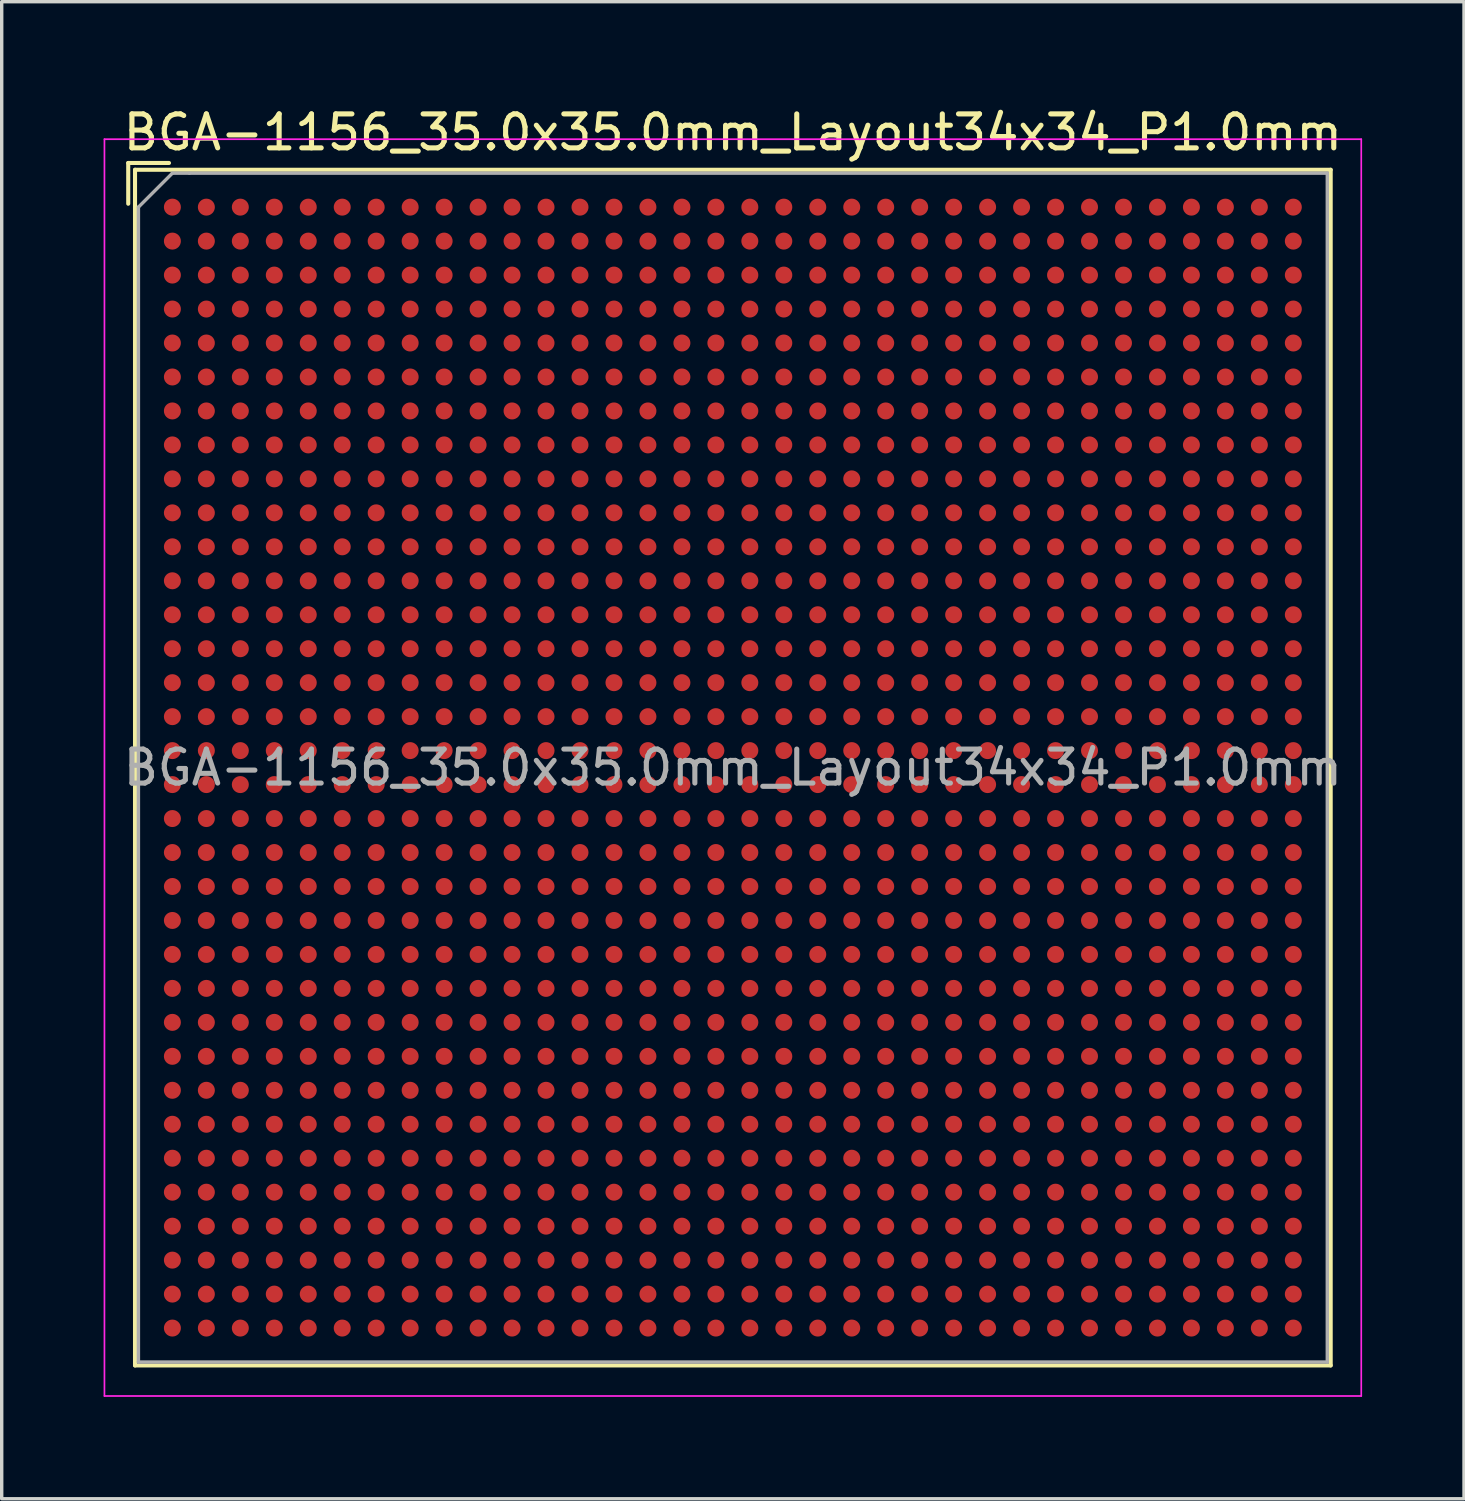
<source format=kicad_pcb>
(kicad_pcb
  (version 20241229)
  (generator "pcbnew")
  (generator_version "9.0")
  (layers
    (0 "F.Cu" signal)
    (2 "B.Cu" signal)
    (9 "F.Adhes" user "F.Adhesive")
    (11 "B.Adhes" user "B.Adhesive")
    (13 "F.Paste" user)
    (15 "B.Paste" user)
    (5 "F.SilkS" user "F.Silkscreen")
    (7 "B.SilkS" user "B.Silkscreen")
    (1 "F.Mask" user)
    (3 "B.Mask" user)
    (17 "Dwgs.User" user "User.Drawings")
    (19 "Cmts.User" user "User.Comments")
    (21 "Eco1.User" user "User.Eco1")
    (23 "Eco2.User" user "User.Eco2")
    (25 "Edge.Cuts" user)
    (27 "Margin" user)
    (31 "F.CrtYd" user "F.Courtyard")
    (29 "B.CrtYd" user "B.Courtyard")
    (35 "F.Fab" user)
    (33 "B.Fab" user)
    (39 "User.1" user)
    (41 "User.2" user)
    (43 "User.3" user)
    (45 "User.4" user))
  (footprint "BGA-1156_35.0x35.0mm_Layout34x34_P1.0mm"
    (layer "F.Cu")
    (at 18.525 19.548)
    (property "Reference" "BGA-1156_35.0x35.0mm_Layout34x34_P1.0mm" (at 0 -18.7 0) (layer "F.SilkS") (effects (font (size 1 1) (thickness 0.15))))
    (attr smd)
    (fp_line (start -17.8 -17.8) (end -17.8 -16.6) (stroke (width 0.12) (type solid)) (layer "F.SilkS"))
    (fp_line (start -17.6 -17.6) (end -17.6 17.6) (stroke (width 0.12) (type solid)) (layer "F.SilkS"))
    (fp_line (start -17.6 17.6) (end 17.6 17.6) (stroke (width 0.12) (type solid)) (layer "F.SilkS"))
    (fp_line (start -16.6 -17.8) (end -17.8 -17.8) (stroke (width 0.12) (type solid)) (layer "F.SilkS"))
    (fp_line (start 17.6 -17.6) (end -17.6 -17.6) (stroke (width 0.12) (type solid)) (layer "F.SilkS"))
    (fp_line (start 17.6 17.6) (end 17.6 -17.6) (stroke (width 0.12) (type solid)) (layer "F.SilkS"))
    (fp_line (start -18.5 -18.5) (end -18.5 18.5) (stroke (width 0.05) (type solid)) (layer "F.CrtYd"))
    (fp_line (start -18.5 -18.5) (end 18.5 -18.5) (stroke (width 0.05) (type solid)) (layer "F.CrtYd"))
    (fp_line (start 18.5 18.5) (end -18.5 18.5) (stroke (width 0.05) (type solid)) (layer "F.CrtYd"))
    (fp_line (start 18.5 18.5) (end 18.5 -18.5) (stroke (width 0.05) (type solid)) (layer "F.CrtYd"))
    (fp_line (start -17.5 -16.5) (end -17.5 17.5) (stroke (width 0.1) (type solid)) (layer "F.Fab"))
    (fp_line (start -17.5 17.5) (end 17.5 17.5) (stroke (width 0.1) (type solid)) (layer "F.Fab"))
    (fp_line (start -16.5 -17.5) (end -17.5 -16.5) (stroke (width 0.1) (type solid)) (layer "F.Fab"))
    (fp_line (start -16 -17.5) (end -16.5 -17.5) (stroke (width 0.1) (type solid)) (layer "F.Fab"))
    (fp_line (start 17.5 -17.5) (end -16 -17.5) (stroke (width 0.1) (type solid)) (layer "F.Fab"))
    (fp_line (start 17.5 17.5) (end 17.5 -17.5) (stroke (width 0.1) (type solid)) (layer "F.Fab"))
    (fp_text user "${REFERENCE}" (at 0 0 0) (layer "F.Fab") (effects (font (size 1 1) (thickness 0.15))))
    (pad "A1" smd circle (at -16.5 -16.5) (size 0.5 0.5) (layers "F.Cu" "F.Mask" "F.Paste"))
    (pad "A2" smd circle (at -15.5 -16.5) (size 0.5 0.5) (layers "F.Cu" "F.Mask" "F.Paste"))
    (pad "A3" smd circle (at -14.5 -16.5) (size 0.5 0.5) (layers "F.Cu" "F.Mask" "F.Paste"))
    (pad "A4" smd circle (at -13.5 -16.5) (size 0.5 0.5) (layers "F.Cu" "F.Mask" "F.Paste"))
    (pad "A5" smd circle (at -12.5 -16.5) (size 0.5 0.5) (layers "F.Cu" "F.Mask" "F.Paste"))
    (pad "A6" smd circle (at -11.5 -16.5) (size 0.5 0.5) (layers "F.Cu" "F.Mask" "F.Paste"))
    (pad "A7" smd circle (at -10.5 -16.5) (size 0.5 0.5) (layers "F.Cu" "F.Mask" "F.Paste"))
    (pad "A8" smd circle (at -9.5 -16.5) (size 0.5 0.5) (layers "F.Cu" "F.Mask" "F.Paste"))
    (pad "A9" smd circle (at -8.5 -16.5) (size 0.5 0.5) (layers "F.Cu" "F.Mask" "F.Paste"))
    (pad "A10" smd circle (at -7.5 -16.5) (size 0.5 0.5) (layers "F.Cu" "F.Mask" "F.Paste"))
    (pad "A11" smd circle (at -6.5 -16.5) (size 0.5 0.5) (layers "F.Cu" "F.Mask" "F.Paste"))
    (pad "A12" smd circle (at -5.5 -16.5) (size 0.5 0.5) (layers "F.Cu" "F.Mask" "F.Paste"))
    (pad "A13" smd circle (at -4.5 -16.5) (size 0.5 0.5) (layers "F.Cu" "F.Mask" "F.Paste"))
    (pad "A14" smd circle (at -3.5 -16.5) (size 0.5 0.5) (layers "F.Cu" "F.Mask" "F.Paste"))
    (pad "A15" smd circle (at -2.5 -16.5) (size 0.5 0.5) (layers "F.Cu" "F.Mask" "F.Paste"))
    (pad "A16" smd circle (at -1.5 -16.5) (size 0.5 0.5) (layers "F.Cu" "F.Mask" "F.Paste"))
    (pad "A17" smd circle (at -0.5 -16.5) (size 0.5 0.5) (layers "F.Cu" "F.Mask" "F.Paste"))
    (pad "A18" smd circle (at 0.5 -16.5) (size 0.5 0.5) (layers "F.Cu" "F.Mask" "F.Paste"))
    (pad "A19" smd circle (at 1.5 -16.5) (size 0.5 0.5) (layers "F.Cu" "F.Mask" "F.Paste"))
    (pad "A20" smd circle (at 2.5 -16.5) (size 0.5 0.5) (layers "F.Cu" "F.Mask" "F.Paste"))
    (pad "A21" smd circle (at 3.5 -16.5) (size 0.5 0.5) (layers "F.Cu" "F.Mask" "F.Paste"))
    (pad "A22" smd circle (at 4.5 -16.5) (size 0.5 0.5) (layers "F.Cu" "F.Mask" "F.Paste"))
    (pad "A23" smd circle (at 5.5 -16.5) (size 0.5 0.5) (layers "F.Cu" "F.Mask" "F.Paste"))
    (pad "A24" smd circle (at 6.5 -16.5) (size 0.5 0.5) (layers "F.Cu" "F.Mask" "F.Paste"))
    (pad "A25" smd circle (at 7.5 -16.5) (size 0.5 0.5) (layers "F.Cu" "F.Mask" "F.Paste"))
    (pad "A26" smd circle (at 8.5 -16.5) (size 0.5 0.5) (layers "F.Cu" "F.Mask" "F.Paste"))
    (pad "A27" smd circle (at 9.5 -16.5) (size 0.5 0.5) (layers "F.Cu" "F.Mask" "F.Paste"))
    (pad "A28" smd circle (at 10.5 -16.5) (size 0.5 0.5) (layers "F.Cu" "F.Mask" "F.Paste"))
    (pad "A29" smd circle (at 11.5 -16.5) (size 0.5 0.5) (layers "F.Cu" "F.Mask" "F.Paste"))
    (pad "A30" smd circle (at 12.5 -16.5) (size 0.5 0.5) (layers "F.Cu" "F.Mask" "F.Paste"))
    (pad "A31" smd circle (at 13.5 -16.5) (size 0.5 0.5) (layers "F.Cu" "F.Mask" "F.Paste"))
    (pad "A32" smd circle (at 14.5 -16.5) (size 0.5 0.5) (layers "F.Cu" "F.Mask" "F.Paste"))
    (pad "A33" smd circle (at 15.5 -16.5) (size 0.5 0.5) (layers "F.Cu" "F.Mask" "F.Paste"))
    (pad "A34" smd circle (at 16.5 -16.5) (size 0.5 0.5) (layers "F.Cu" "F.Mask" "F.Paste"))
    (pad "AA1" smd circle (at -16.5 3.5) (size 0.5 0.5) (layers "F.Cu" "F.Mask" "F.Paste"))
    (pad "AA2" smd circle (at -15.5 3.5) (size 0.5 0.5) (layers "F.Cu" "F.Mask" "F.Paste"))
    (pad "AA3" smd circle (at -14.5 3.5) (size 0.5 0.5) (layers "F.Cu" "F.Mask" "F.Paste"))
    (pad "AA4" smd circle (at -13.5 3.5) (size 0.5 0.5) (layers "F.Cu" "F.Mask" "F.Paste"))
    (pad "AA5" smd circle (at -12.5 3.5) (size 0.5 0.5) (layers "F.Cu" "F.Mask" "F.Paste"))
    (pad "AA6" smd circle (at -11.5 3.5) (size 0.5 0.5) (layers "F.Cu" "F.Mask" "F.Paste"))
    (pad "AA7" smd circle (at -10.5 3.5) (size 0.5 0.5) (layers "F.Cu" "F.Mask" "F.Paste"))
    (pad "AA8" smd circle (at -9.5 3.5) (size 0.5 0.5) (layers "F.Cu" "F.Mask" "F.Paste"))
    (pad "AA9" smd circle (at -8.5 3.5) (size 0.5 0.5) (layers "F.Cu" "F.Mask" "F.Paste"))
    (pad "AA10" smd circle (at -7.5 3.5) (size 0.5 0.5) (layers "F.Cu" "F.Mask" "F.Paste"))
    (pad "AA11" smd circle (at -6.5 3.5) (size 0.5 0.5) (layers "F.Cu" "F.Mask" "F.Paste"))
    (pad "AA12" smd circle (at -5.5 3.5) (size 0.5 0.5) (layers "F.Cu" "F.Mask" "F.Paste"))
    (pad "AA13" smd circle (at -4.5 3.5) (size 0.5 0.5) (layers "F.Cu" "F.Mask" "F.Paste"))
    (pad "AA14" smd circle (at -3.5 3.5) (size 0.5 0.5) (layers "F.Cu" "F.Mask" "F.Paste"))
    (pad "AA15" smd circle (at -2.5 3.5) (size 0.5 0.5) (layers "F.Cu" "F.Mask" "F.Paste"))
    (pad "AA16" smd circle (at -1.5 3.5) (size 0.5 0.5) (layers "F.Cu" "F.Mask" "F.Paste"))
    (pad "AA17" smd circle (at -0.5 3.5) (size 0.5 0.5) (layers "F.Cu" "F.Mask" "F.Paste"))
    (pad "AA18" smd circle (at 0.5 3.5) (size 0.5 0.5) (layers "F.Cu" "F.Mask" "F.Paste"))
    (pad "AA19" smd circle (at 1.5 3.5) (size 0.5 0.5) (layers "F.Cu" "F.Mask" "F.Paste"))
    (pad "AA20" smd circle (at 2.5 3.5) (size 0.5 0.5) (layers "F.Cu" "F.Mask" "F.Paste"))
    (pad "AA21" smd circle (at 3.5 3.5) (size 0.5 0.5) (layers "F.Cu" "F.Mask" "F.Paste"))
    (pad "AA22" smd circle (at 4.5 3.5) (size 0.5 0.5) (layers "F.Cu" "F.Mask" "F.Paste"))
    (pad "AA23" smd circle (at 5.5 3.5) (size 0.5 0.5) (layers "F.Cu" "F.Mask" "F.Paste"))
    (pad "AA24" smd circle (at 6.5 3.5) (size 0.5 0.5) (layers "F.Cu" "F.Mask" "F.Paste"))
    (pad "AA25" smd circle (at 7.5 3.5) (size 0.5 0.5) (layers "F.Cu" "F.Mask" "F.Paste"))
    (pad "AA26" smd circle (at 8.5 3.5) (size 0.5 0.5) (layers "F.Cu" "F.Mask" "F.Paste"))
    (pad "AA27" smd circle (at 9.5 3.5) (size 0.5 0.5) (layers "F.Cu" "F.Mask" "F.Paste"))
    (pad "AA28" smd circle (at 10.5 3.5) (size 0.5 0.5) (layers "F.Cu" "F.Mask" "F.Paste"))
    (pad "AA29" smd circle (at 11.5 3.5) (size 0.5 0.5) (layers "F.Cu" "F.Mask" "F.Paste"))
    (pad "AA30" smd circle (at 12.5 3.5) (size 0.5 0.5) (layers "F.Cu" "F.Mask" "F.Paste"))
    (pad "AA31" smd circle (at 13.5 3.5) (size 0.5 0.5) (layers "F.Cu" "F.Mask" "F.Paste"))
    (pad "AA32" smd circle (at 14.5 3.5) (size 0.5 0.5) (layers "F.Cu" "F.Mask" "F.Paste"))
    (pad "AA33" smd circle (at 15.5 3.5) (size 0.5 0.5) (layers "F.Cu" "F.Mask" "F.Paste"))
    (pad "AA34" smd circle (at 16.5 3.5) (size 0.5 0.5) (layers "F.Cu" "F.Mask" "F.Paste"))
    (pad "AB1" smd circle (at -16.5 4.5) (size 0.5 0.5) (layers "F.Cu" "F.Mask" "F.Paste"))
    (pad "AB2" smd circle (at -15.5 4.5) (size 0.5 0.5) (layers "F.Cu" "F.Mask" "F.Paste"))
    (pad "AB3" smd circle (at -14.5 4.5) (size 0.5 0.5) (layers "F.Cu" "F.Mask" "F.Paste"))
    (pad "AB4" smd circle (at -13.5 4.5) (size 0.5 0.5) (layers "F.Cu" "F.Mask" "F.Paste"))
    (pad "AB5" smd circle (at -12.5 4.5) (size 0.5 0.5) (layers "F.Cu" "F.Mask" "F.Paste"))
    (pad "AB6" smd circle (at -11.5 4.5) (size 0.5 0.5) (layers "F.Cu" "F.Mask" "F.Paste"))
    (pad "AB7" smd circle (at -10.5 4.5) (size 0.5 0.5) (layers "F.Cu" "F.Mask" "F.Paste"))
    (pad "AB8" smd circle (at -9.5 4.5) (size 0.5 0.5) (layers "F.Cu" "F.Mask" "F.Paste"))
    (pad "AB9" smd circle (at -8.5 4.5) (size 0.5 0.5) (layers "F.Cu" "F.Mask" "F.Paste"))
    (pad "AB10" smd circle (at -7.5 4.5) (size 0.5 0.5) (layers "F.Cu" "F.Mask" "F.Paste"))
    (pad "AB11" smd circle (at -6.5 4.5) (size 0.5 0.5) (layers "F.Cu" "F.Mask" "F.Paste"))
    (pad "AB12" smd circle (at -5.5 4.5) (size 0.5 0.5) (layers "F.Cu" "F.Mask" "F.Paste"))
    (pad "AB13" smd circle (at -4.5 4.5) (size 0.5 0.5) (layers "F.Cu" "F.Mask" "F.Paste"))
    (pad "AB14" smd circle (at -3.5 4.5) (size 0.5 0.5) (layers "F.Cu" "F.Mask" "F.Paste"))
    (pad "AB15" smd circle (at -2.5 4.5) (size 0.5 0.5) (layers "F.Cu" "F.Mask" "F.Paste"))
    (pad "AB16" smd circle (at -1.5 4.5) (size 0.5 0.5) (layers "F.Cu" "F.Mask" "F.Paste"))
    (pad "AB17" smd circle (at -0.5 4.5) (size 0.5 0.5) (layers "F.Cu" "F.Mask" "F.Paste"))
    (pad "AB18" smd circle (at 0.5 4.5) (size 0.5 0.5) (layers "F.Cu" "F.Mask" "F.Paste"))
    (pad "AB19" smd circle (at 1.5 4.5) (size 0.5 0.5) (layers "F.Cu" "F.Mask" "F.Paste"))
    (pad "AB20" smd circle (at 2.5 4.5) (size 0.5 0.5) (layers "F.Cu" "F.Mask" "F.Paste"))
    (pad "AB21" smd circle (at 3.5 4.5) (size 0.5 0.5) (layers "F.Cu" "F.Mask" "F.Paste"))
    (pad "AB22" smd circle (at 4.5 4.5) (size 0.5 0.5) (layers "F.Cu" "F.Mask" "F.Paste"))
    (pad "AB23" smd circle (at 5.5 4.5) (size 0.5 0.5) (layers "F.Cu" "F.Mask" "F.Paste"))
    (pad "AB24" smd circle (at 6.5 4.5) (size 0.5 0.5) (layers "F.Cu" "F.Mask" "F.Paste"))
    (pad "AB25" smd circle (at 7.5 4.5) (size 0.5 0.5) (layers "F.Cu" "F.Mask" "F.Paste"))
    (pad "AB26" smd circle (at 8.5 4.5) (size 0.5 0.5) (layers "F.Cu" "F.Mask" "F.Paste"))
    (pad "AB27" smd circle (at 9.5 4.5) (size 0.5 0.5) (layers "F.Cu" "F.Mask" "F.Paste"))
    (pad "AB28" smd circle (at 10.5 4.5) (size 0.5 0.5) (layers "F.Cu" "F.Mask" "F.Paste"))
    (pad "AB29" smd circle (at 11.5 4.5) (size 0.5 0.5) (layers "F.Cu" "F.Mask" "F.Paste"))
    (pad "AB30" smd circle (at 12.5 4.5) (size 0.5 0.5) (layers "F.Cu" "F.Mask" "F.Paste"))
    (pad "AB31" smd circle (at 13.5 4.5) (size 0.5 0.5) (layers "F.Cu" "F.Mask" "F.Paste"))
    (pad "AB32" smd circle (at 14.5 4.5) (size 0.5 0.5) (layers "F.Cu" "F.Mask" "F.Paste"))
    (pad "AB33" smd circle (at 15.5 4.5) (size 0.5 0.5) (layers "F.Cu" "F.Mask" "F.Paste"))
    (pad "AB34" smd circle (at 16.5 4.5) (size 0.5 0.5) (layers "F.Cu" "F.Mask" "F.Paste"))
    (pad "AC1" smd circle (at -16.5 5.5) (size 0.5 0.5) (layers "F.Cu" "F.Mask" "F.Paste"))
    (pad "AC2" smd circle (at -15.5 5.5) (size 0.5 0.5) (layers "F.Cu" "F.Mask" "F.Paste"))
    (pad "AC3" smd circle (at -14.5 5.5) (size 0.5 0.5) (layers "F.Cu" "F.Mask" "F.Paste"))
    (pad "AC4" smd circle (at -13.5 5.5) (size 0.5 0.5) (layers "F.Cu" "F.Mask" "F.Paste"))
    (pad "AC5" smd circle (at -12.5 5.5) (size 0.5 0.5) (layers "F.Cu" "F.Mask" "F.Paste"))
    (pad "AC6" smd circle (at -11.5 5.5) (size 0.5 0.5) (layers "F.Cu" "F.Mask" "F.Paste"))
    (pad "AC7" smd circle (at -10.5 5.5) (size 0.5 0.5) (layers "F.Cu" "F.Mask" "F.Paste"))
    (pad "AC8" smd circle (at -9.5 5.5) (size 0.5 0.5) (layers "F.Cu" "F.Mask" "F.Paste"))
    (pad "AC9" smd circle (at -8.5 5.5) (size 0.5 0.5) (layers "F.Cu" "F.Mask" "F.Paste"))
    (pad "AC10" smd circle (at -7.5 5.5) (size 0.5 0.5) (layers "F.Cu" "F.Mask" "F.Paste"))
    (pad "AC11" smd circle (at -6.5 5.5) (size 0.5 0.5) (layers "F.Cu" "F.Mask" "F.Paste"))
    (pad "AC12" smd circle (at -5.5 5.5) (size 0.5 0.5) (layers "F.Cu" "F.Mask" "F.Paste"))
    (pad "AC13" smd circle (at -4.5 5.5) (size 0.5 0.5) (layers "F.Cu" "F.Mask" "F.Paste"))
    (pad "AC14" smd circle (at -3.5 5.5) (size 0.5 0.5) (layers "F.Cu" "F.Mask" "F.Paste"))
    (pad "AC15" smd circle (at -2.5 5.5) (size 0.5 0.5) (layers "F.Cu" "F.Mask" "F.Paste"))
    (pad "AC16" smd circle (at -1.5 5.5) (size 0.5 0.5) (layers "F.Cu" "F.Mask" "F.Paste"))
    (pad "AC17" smd circle (at -0.5 5.5) (size 0.5 0.5) (layers "F.Cu" "F.Mask" "F.Paste"))
    (pad "AC18" smd circle (at 0.5 5.5) (size 0.5 0.5) (layers "F.Cu" "F.Mask" "F.Paste"))
    (pad "AC19" smd circle (at 1.5 5.5) (size 0.5 0.5) (layers "F.Cu" "F.Mask" "F.Paste"))
    (pad "AC20" smd circle (at 2.5 5.5) (size 0.5 0.5) (layers "F.Cu" "F.Mask" "F.Paste"))
    (pad "AC21" smd circle (at 3.5 5.5) (size 0.5 0.5) (layers "F.Cu" "F.Mask" "F.Paste"))
    (pad "AC22" smd circle (at 4.5 5.5) (size 0.5 0.5) (layers "F.Cu" "F.Mask" "F.Paste"))
    (pad "AC23" smd circle (at 5.5 5.5) (size 0.5 0.5) (layers "F.Cu" "F.Mask" "F.Paste"))
    (pad "AC24" smd circle (at 6.5 5.5) (size 0.5 0.5) (layers "F.Cu" "F.Mask" "F.Paste"))
    (pad "AC25" smd circle (at 7.5 5.5) (size 0.5 0.5) (layers "F.Cu" "F.Mask" "F.Paste"))
    (pad "AC26" smd circle (at 8.5 5.5) (size 0.5 0.5) (layers "F.Cu" "F.Mask" "F.Paste"))
    (pad "AC27" smd circle (at 9.5 5.5) (size 0.5 0.5) (layers "F.Cu" "F.Mask" "F.Paste"))
    (pad "AC28" smd circle (at 10.5 5.5) (size 0.5 0.5) (layers "F.Cu" "F.Mask" "F.Paste"))
    (pad "AC29" smd circle (at 11.5 5.5) (size 0.5 0.5) (layers "F.Cu" "F.Mask" "F.Paste"))
    (pad "AC30" smd circle (at 12.5 5.5) (size 0.5 0.5) (layers "F.Cu" "F.Mask" "F.Paste"))
    (pad "AC31" smd circle (at 13.5 5.5) (size 0.5 0.5) (layers "F.Cu" "F.Mask" "F.Paste"))
    (pad "AC32" smd circle (at 14.5 5.5) (size 0.5 0.5) (layers "F.Cu" "F.Mask" "F.Paste"))
    (pad "AC33" smd circle (at 15.5 5.5) (size 0.5 0.5) (layers "F.Cu" "F.Mask" "F.Paste"))
    (pad "AC34" smd circle (at 16.5 5.5) (size 0.5 0.5) (layers "F.Cu" "F.Mask" "F.Paste"))
    (pad "AD1" smd circle (at -16.5 6.5) (size 0.5 0.5) (layers "F.Cu" "F.Mask" "F.Paste"))
    (pad "AD2" smd circle (at -15.5 6.5) (size 0.5 0.5) (layers "F.Cu" "F.Mask" "F.Paste"))
    (pad "AD3" smd circle (at -14.5 6.5) (size 0.5 0.5) (layers "F.Cu" "F.Mask" "F.Paste"))
    (pad "AD4" smd circle (at -13.5 6.5) (size 0.5 0.5) (layers "F.Cu" "F.Mask" "F.Paste"))
    (pad "AD5" smd circle (at -12.5 6.5) (size 0.5 0.5) (layers "F.Cu" "F.Mask" "F.Paste"))
    (pad "AD6" smd circle (at -11.5 6.5) (size 0.5 0.5) (layers "F.Cu" "F.Mask" "F.Paste"))
    (pad "AD7" smd circle (at -10.5 6.5) (size 0.5 0.5) (layers "F.Cu" "F.Mask" "F.Paste"))
    (pad "AD8" smd circle (at -9.5 6.5) (size 0.5 0.5) (layers "F.Cu" "F.Mask" "F.Paste"))
    (pad "AD9" smd circle (at -8.5 6.5) (size 0.5 0.5) (layers "F.Cu" "F.Mask" "F.Paste"))
    (pad "AD10" smd circle (at -7.5 6.5) (size 0.5 0.5) (layers "F.Cu" "F.Mask" "F.Paste"))
    (pad "AD11" smd circle (at -6.5 6.5) (size 0.5 0.5) (layers "F.Cu" "F.Mask" "F.Paste"))
    (pad "AD12" smd circle (at -5.5 6.5) (size 0.5 0.5) (layers "F.Cu" "F.Mask" "F.Paste"))
    (pad "AD13" smd circle (at -4.5 6.5) (size 0.5 0.5) (layers "F.Cu" "F.Mask" "F.Paste"))
    (pad "AD14" smd circle (at -3.5 6.5) (size 0.5 0.5) (layers "F.Cu" "F.Mask" "F.Paste"))
    (pad "AD15" smd circle (at -2.5 6.5) (size 0.5 0.5) (layers "F.Cu" "F.Mask" "F.Paste"))
    (pad "AD16" smd circle (at -1.5 6.5) (size 0.5 0.5) (layers "F.Cu" "F.Mask" "F.Paste"))
    (pad "AD17" smd circle (at -0.5 6.5) (size 0.5 0.5) (layers "F.Cu" "F.Mask" "F.Paste"))
    (pad "AD18" smd circle (at 0.5 6.5) (size 0.5 0.5) (layers "F.Cu" "F.Mask" "F.Paste"))
    (pad "AD19" smd circle (at 1.5 6.5) (size 0.5 0.5) (layers "F.Cu" "F.Mask" "F.Paste"))
    (pad "AD20" smd circle (at 2.5 6.5) (size 0.5 0.5) (layers "F.Cu" "F.Mask" "F.Paste"))
    (pad "AD21" smd circle (at 3.5 6.5) (size 0.5 0.5) (layers "F.Cu" "F.Mask" "F.Paste"))
    (pad "AD22" smd circle (at 4.5 6.5) (size 0.5 0.5) (layers "F.Cu" "F.Mask" "F.Paste"))
    (pad "AD23" smd circle (at 5.5 6.5) (size 0.5 0.5) (layers "F.Cu" "F.Mask" "F.Paste"))
    (pad "AD24" smd circle (at 6.5 6.5) (size 0.5 0.5) (layers "F.Cu" "F.Mask" "F.Paste"))
    (pad "AD25" smd circle (at 7.5 6.5) (size 0.5 0.5) (layers "F.Cu" "F.Mask" "F.Paste"))
    (pad "AD26" smd circle (at 8.5 6.5) (size 0.5 0.5) (layers "F.Cu" "F.Mask" "F.Paste"))
    (pad "AD27" smd circle (at 9.5 6.5) (size 0.5 0.5) (layers "F.Cu" "F.Mask" "F.Paste"))
    (pad "AD28" smd circle (at 10.5 6.5) (size 0.5 0.5) (layers "F.Cu" "F.Mask" "F.Paste"))
    (pad "AD29" smd circle (at 11.5 6.5) (size 0.5 0.5) (layers "F.Cu" "F.Mask" "F.Paste"))
    (pad "AD30" smd circle (at 12.5 6.5) (size 0.5 0.5) (layers "F.Cu" "F.Mask" "F.Paste"))
    (pad "AD31" smd circle (at 13.5 6.5) (size 0.5 0.5) (layers "F.Cu" "F.Mask" "F.Paste"))
    (pad "AD32" smd circle (at 14.5 6.5) (size 0.5 0.5) (layers "F.Cu" "F.Mask" "F.Paste"))
    (pad "AD33" smd circle (at 15.5 6.5) (size 0.5 0.5) (layers "F.Cu" "F.Mask" "F.Paste"))
    (pad "AD34" smd circle (at 16.5 6.5) (size 0.5 0.5) (layers "F.Cu" "F.Mask" "F.Paste"))
    (pad "AE1" smd circle (at -16.5 7.5) (size 0.5 0.5) (layers "F.Cu" "F.Mask" "F.Paste"))
    (pad "AE2" smd circle (at -15.5 7.5) (size 0.5 0.5) (layers "F.Cu" "F.Mask" "F.Paste"))
    (pad "AE3" smd circle (at -14.5 7.5) (size 0.5 0.5) (layers "F.Cu" "F.Mask" "F.Paste"))
    (pad "AE4" smd circle (at -13.5 7.5) (size 0.5 0.5) (layers "F.Cu" "F.Mask" "F.Paste"))
    (pad "AE5" smd circle (at -12.5 7.5) (size 0.5 0.5) (layers "F.Cu" "F.Mask" "F.Paste"))
    (pad "AE6" smd circle (at -11.5 7.5) (size 0.5 0.5) (layers "F.Cu" "F.Mask" "F.Paste"))
    (pad "AE7" smd circle (at -10.5 7.5) (size 0.5 0.5) (layers "F.Cu" "F.Mask" "F.Paste"))
    (pad "AE8" smd circle (at -9.5 7.5) (size 0.5 0.5) (layers "F.Cu" "F.Mask" "F.Paste"))
    (pad "AE9" smd circle (at -8.5 7.5) (size 0.5 0.5) (layers "F.Cu" "F.Mask" "F.Paste"))
    (pad "AE10" smd circle (at -7.5 7.5) (size 0.5 0.5) (layers "F.Cu" "F.Mask" "F.Paste"))
    (pad "AE11" smd circle (at -6.5 7.5) (size 0.5 0.5) (layers "F.Cu" "F.Mask" "F.Paste"))
    (pad "AE12" smd circle (at -5.5 7.5) (size 0.5 0.5) (layers "F.Cu" "F.Mask" "F.Paste"))
    (pad "AE13" smd circle (at -4.5 7.5) (size 0.5 0.5) (layers "F.Cu" "F.Mask" "F.Paste"))
    (pad "AE14" smd circle (at -3.5 7.5) (size 0.5 0.5) (layers "F.Cu" "F.Mask" "F.Paste"))
    (pad "AE15" smd circle (at -2.5 7.5) (size 0.5 0.5) (layers "F.Cu" "F.Mask" "F.Paste"))
    (pad "AE16" smd circle (at -1.5 7.5) (size 0.5 0.5) (layers "F.Cu" "F.Mask" "F.Paste"))
    (pad "AE17" smd circle (at -0.5 7.5) (size 0.5 0.5) (layers "F.Cu" "F.Mask" "F.Paste"))
    (pad "AE18" smd circle (at 0.5 7.5) (size 0.5 0.5) (layers "F.Cu" "F.Mask" "F.Paste"))
    (pad "AE19" smd circle (at 1.5 7.5) (size 0.5 0.5) (layers "F.Cu" "F.Mask" "F.Paste"))
    (pad "AE20" smd circle (at 2.5 7.5) (size 0.5 0.5) (layers "F.Cu" "F.Mask" "F.Paste"))
    (pad "AE21" smd circle (at 3.5 7.5) (size 0.5 0.5) (layers "F.Cu" "F.Mask" "F.Paste"))
    (pad "AE22" smd circle (at 4.5 7.5) (size 0.5 0.5) (layers "F.Cu" "F.Mask" "F.Paste"))
    (pad "AE23" smd circle (at 5.5 7.5) (size 0.5 0.5) (layers "F.Cu" "F.Mask" "F.Paste"))
    (pad "AE24" smd circle (at 6.5 7.5) (size 0.5 0.5) (layers "F.Cu" "F.Mask" "F.Paste"))
    (pad "AE25" smd circle (at 7.5 7.5) (size 0.5 0.5) (layers "F.Cu" "F.Mask" "F.Paste"))
    (pad "AE26" smd circle (at 8.5 7.5) (size 0.5 0.5) (layers "F.Cu" "F.Mask" "F.Paste"))
    (pad "AE27" smd circle (at 9.5 7.5) (size 0.5 0.5) (layers "F.Cu" "F.Mask" "F.Paste"))
    (pad "AE28" smd circle (at 10.5 7.5) (size 0.5 0.5) (layers "F.Cu" "F.Mask" "F.Paste"))
    (pad "AE29" smd circle (at 11.5 7.5) (size 0.5 0.5) (layers "F.Cu" "F.Mask" "F.Paste"))
    (pad "AE30" smd circle (at 12.5 7.5) (size 0.5 0.5) (layers "F.Cu" "F.Mask" "F.Paste"))
    (pad "AE31" smd circle (at 13.5 7.5) (size 0.5 0.5) (layers "F.Cu" "F.Mask" "F.Paste"))
    (pad "AE32" smd circle (at 14.5 7.5) (size 0.5 0.5) (layers "F.Cu" "F.Mask" "F.Paste"))
    (pad "AE33" smd circle (at 15.5 7.5) (size 0.5 0.5) (layers "F.Cu" "F.Mask" "F.Paste"))
    (pad "AE34" smd circle (at 16.5 7.5) (size 0.5 0.5) (layers "F.Cu" "F.Mask" "F.Paste"))
    (pad "AF1" smd circle (at -16.5 8.5) (size 0.5 0.5) (layers "F.Cu" "F.Mask" "F.Paste"))
    (pad "AF2" smd circle (at -15.5 8.5) (size 0.5 0.5) (layers "F.Cu" "F.Mask" "F.Paste"))
    (pad "AF3" smd circle (at -14.5 8.5) (size 0.5 0.5) (layers "F.Cu" "F.Mask" "F.Paste"))
    (pad "AF4" smd circle (at -13.5 8.5) (size 0.5 0.5) (layers "F.Cu" "F.Mask" "F.Paste"))
    (pad "AF5" smd circle (at -12.5 8.5) (size 0.5 0.5) (layers "F.Cu" "F.Mask" "F.Paste"))
    (pad "AF6" smd circle (at -11.5 8.5) (size 0.5 0.5) (layers "F.Cu" "F.Mask" "F.Paste"))
    (pad "AF7" smd circle (at -10.5 8.5) (size 0.5 0.5) (layers "F.Cu" "F.Mask" "F.Paste"))
    (pad "AF8" smd circle (at -9.5 8.5) (size 0.5 0.5) (layers "F.Cu" "F.Mask" "F.Paste"))
    (pad "AF9" smd circle (at -8.5 8.5) (size 0.5 0.5) (layers "F.Cu" "F.Mask" "F.Paste"))
    (pad "AF10" smd circle (at -7.5 8.5) (size 0.5 0.5) (layers "F.Cu" "F.Mask" "F.Paste"))
    (pad "AF11" smd circle (at -6.5 8.5) (size 0.5 0.5) (layers "F.Cu" "F.Mask" "F.Paste"))
    (pad "AF12" smd circle (at -5.5 8.5) (size 0.5 0.5) (layers "F.Cu" "F.Mask" "F.Paste"))
    (pad "AF13" smd circle (at -4.5 8.5) (size 0.5 0.5) (layers "F.Cu" "F.Mask" "F.Paste"))
    (pad "AF14" smd circle (at -3.5 8.5) (size 0.5 0.5) (layers "F.Cu" "F.Mask" "F.Paste"))
    (pad "AF15" smd circle (at -2.5 8.5) (size 0.5 0.5) (layers "F.Cu" "F.Mask" "F.Paste"))
    (pad "AF16" smd circle (at -1.5 8.5) (size 0.5 0.5) (layers "F.Cu" "F.Mask" "F.Paste"))
    (pad "AF17" smd circle (at -0.5 8.5) (size 0.5 0.5) (layers "F.Cu" "F.Mask" "F.Paste"))
    (pad "AF18" smd circle (at 0.5 8.5) (size 0.5 0.5) (layers "F.Cu" "F.Mask" "F.Paste"))
    (pad "AF19" smd circle (at 1.5 8.5) (size 0.5 0.5) (layers "F.Cu" "F.Mask" "F.Paste"))
    (pad "AF20" smd circle (at 2.5 8.5) (size 0.5 0.5) (layers "F.Cu" "F.Mask" "F.Paste"))
    (pad "AF21" smd circle (at 3.5 8.5) (size 0.5 0.5) (layers "F.Cu" "F.Mask" "F.Paste"))
    (pad "AF22" smd circle (at 4.5 8.5) (size 0.5 0.5) (layers "F.Cu" "F.Mask" "F.Paste"))
    (pad "AF23" smd circle (at 5.5 8.5) (size 0.5 0.5) (layers "F.Cu" "F.Mask" "F.Paste"))
    (pad "AF24" smd circle (at 6.5 8.5) (size 0.5 0.5) (layers "F.Cu" "F.Mask" "F.Paste"))
    (pad "AF25" smd circle (at 7.5 8.5) (size 0.5 0.5) (layers "F.Cu" "F.Mask" "F.Paste"))
    (pad "AF26" smd circle (at 8.5 8.5) (size 0.5 0.5) (layers "F.Cu" "F.Mask" "F.Paste"))
    (pad "AF27" smd circle (at 9.5 8.5) (size 0.5 0.5) (layers "F.Cu" "F.Mask" "F.Paste"))
    (pad "AF28" smd circle (at 10.5 8.5) (size 0.5 0.5) (layers "F.Cu" "F.Mask" "F.Paste"))
    (pad "AF29" smd circle (at 11.5 8.5) (size 0.5 0.5) (layers "F.Cu" "F.Mask" "F.Paste"))
    (pad "AF30" smd circle (at 12.5 8.5) (size 0.5 0.5) (layers "F.Cu" "F.Mask" "F.Paste"))
    (pad "AF31" smd circle (at 13.5 8.5) (size 0.5 0.5) (layers "F.Cu" "F.Mask" "F.Paste"))
    (pad "AF32" smd circle (at 14.5 8.5) (size 0.5 0.5) (layers "F.Cu" "F.Mask" "F.Paste"))
    (pad "AF33" smd circle (at 15.5 8.5) (size 0.5 0.5) (layers "F.Cu" "F.Mask" "F.Paste"))
    (pad "AF34" smd circle (at 16.5 8.5) (size 0.5 0.5) (layers "F.Cu" "F.Mask" "F.Paste"))
    (pad "AG1" smd circle (at -16.5 9.5) (size 0.5 0.5) (layers "F.Cu" "F.Mask" "F.Paste"))
    (pad "AG2" smd circle (at -15.5 9.5) (size 0.5 0.5) (layers "F.Cu" "F.Mask" "F.Paste"))
    (pad "AG3" smd circle (at -14.5 9.5) (size 0.5 0.5) (layers "F.Cu" "F.Mask" "F.Paste"))
    (pad "AG4" smd circle (at -13.5 9.5) (size 0.5 0.5) (layers "F.Cu" "F.Mask" "F.Paste"))
    (pad "AG5" smd circle (at -12.5 9.5) (size 0.5 0.5) (layers "F.Cu" "F.Mask" "F.Paste"))
    (pad "AG6" smd circle (at -11.5 9.5) (size 0.5 0.5) (layers "F.Cu" "F.Mask" "F.Paste"))
    (pad "AG7" smd circle (at -10.5 9.5) (size 0.5 0.5) (layers "F.Cu" "F.Mask" "F.Paste"))
    (pad "AG8" smd circle (at -9.5 9.5) (size 0.5 0.5) (layers "F.Cu" "F.Mask" "F.Paste"))
    (pad "AG9" smd circle (at -8.5 9.5) (size 0.5 0.5) (layers "F.Cu" "F.Mask" "F.Paste"))
    (pad "AG10" smd circle (at -7.5 9.5) (size 0.5 0.5) (layers "F.Cu" "F.Mask" "F.Paste"))
    (pad "AG11" smd circle (at -6.5 9.5) (size 0.5 0.5) (layers "F.Cu" "F.Mask" "F.Paste"))
    (pad "AG12" smd circle (at -5.5 9.5) (size 0.5 0.5) (layers "F.Cu" "F.Mask" "F.Paste"))
    (pad "AG13" smd circle (at -4.5 9.5) (size 0.5 0.5) (layers "F.Cu" "F.Mask" "F.Paste"))
    (pad "AG14" smd circle (at -3.5 9.5) (size 0.5 0.5) (layers "F.Cu" "F.Mask" "F.Paste"))
    (pad "AG15" smd circle (at -2.5 9.5) (size 0.5 0.5) (layers "F.Cu" "F.Mask" "F.Paste"))
    (pad "AG16" smd circle (at -1.5 9.5) (size 0.5 0.5) (layers "F.Cu" "F.Mask" "F.Paste"))
    (pad "AG17" smd circle (at -0.5 9.5) (size 0.5 0.5) (layers "F.Cu" "F.Mask" "F.Paste"))
    (pad "AG18" smd circle (at 0.5 9.5) (size 0.5 0.5) (layers "F.Cu" "F.Mask" "F.Paste"))
    (pad "AG19" smd circle (at 1.5 9.5) (size 0.5 0.5) (layers "F.Cu" "F.Mask" "F.Paste"))
    (pad "AG20" smd circle (at 2.5 9.5) (size 0.5 0.5) (layers "F.Cu" "F.Mask" "F.Paste"))
    (pad "AG21" smd circle (at 3.5 9.5) (size 0.5 0.5) (layers "F.Cu" "F.Mask" "F.Paste"))
    (pad "AG22" smd circle (at 4.5 9.5) (size 0.5 0.5) (layers "F.Cu" "F.Mask" "F.Paste"))
    (pad "AG23" smd circle (at 5.5 9.5) (size 0.5 0.5) (layers "F.Cu" "F.Mask" "F.Paste"))
    (pad "AG24" smd circle (at 6.5 9.5) (size 0.5 0.5) (layers "F.Cu" "F.Mask" "F.Paste"))
    (pad "AG25" smd circle (at 7.5 9.5) (size 0.5 0.5) (layers "F.Cu" "F.Mask" "F.Paste"))
    (pad "AG26" smd circle (at 8.5 9.5) (size 0.5 0.5) (layers "F.Cu" "F.Mask" "F.Paste"))
    (pad "AG27" smd circle (at 9.5 9.5) (size 0.5 0.5) (layers "F.Cu" "F.Mask" "F.Paste"))
    (pad "AG28" smd circle (at 10.5 9.5) (size 0.5 0.5) (layers "F.Cu" "F.Mask" "F.Paste"))
    (pad "AG29" smd circle (at 11.5 9.5) (size 0.5 0.5) (layers "F.Cu" "F.Mask" "F.Paste"))
    (pad "AG30" smd circle (at 12.5 9.5) (size 0.5 0.5) (layers "F.Cu" "F.Mask" "F.Paste"))
    (pad "AG31" smd circle (at 13.5 9.5) (size 0.5 0.5) (layers "F.Cu" "F.Mask" "F.Paste"))
    (pad "AG32" smd circle (at 14.5 9.5) (size 0.5 0.5) (layers "F.Cu" "F.Mask" "F.Paste"))
    (pad "AG33" smd circle (at 15.5 9.5) (size 0.5 0.5) (layers "F.Cu" "F.Mask" "F.Paste"))
    (pad "AG34" smd circle (at 16.5 9.5) (size 0.5 0.5) (layers "F.Cu" "F.Mask" "F.Paste"))
    (pad "AH1" smd circle (at -16.5 10.5) (size 0.5 0.5) (layers "F.Cu" "F.Mask" "F.Paste"))
    (pad "AH2" smd circle (at -15.5 10.5) (size 0.5 0.5) (layers "F.Cu" "F.Mask" "F.Paste"))
    (pad "AH3" smd circle (at -14.5 10.5) (size 0.5 0.5) (layers "F.Cu" "F.Mask" "F.Paste"))
    (pad "AH4" smd circle (at -13.5 10.5) (size 0.5 0.5) (layers "F.Cu" "F.Mask" "F.Paste"))
    (pad "AH5" smd circle (at -12.5 10.5) (size 0.5 0.5) (layers "F.Cu" "F.Mask" "F.Paste"))
    (pad "AH6" smd circle (at -11.5 10.5) (size 0.5 0.5) (layers "F.Cu" "F.Mask" "F.Paste"))
    (pad "AH7" smd circle (at -10.5 10.5) (size 0.5 0.5) (layers "F.Cu" "F.Mask" "F.Paste"))
    (pad "AH8" smd circle (at -9.5 10.5) (size 0.5 0.5) (layers "F.Cu" "F.Mask" "F.Paste"))
    (pad "AH9" smd circle (at -8.5 10.5) (size 0.5 0.5) (layers "F.Cu" "F.Mask" "F.Paste"))
    (pad "AH10" smd circle (at -7.5 10.5) (size 0.5 0.5) (layers "F.Cu" "F.Mask" "F.Paste"))
    (pad "AH11" smd circle (at -6.5 10.5) (size 0.5 0.5) (layers "F.Cu" "F.Mask" "F.Paste"))
    (pad "AH12" smd circle (at -5.5 10.5) (size 0.5 0.5) (layers "F.Cu" "F.Mask" "F.Paste"))
    (pad "AH13" smd circle (at -4.5 10.5) (size 0.5 0.5) (layers "F.Cu" "F.Mask" "F.Paste"))
    (pad "AH14" smd circle (at -3.5 10.5) (size 0.5 0.5) (layers "F.Cu" "F.Mask" "F.Paste"))
    (pad "AH15" smd circle (at -2.5 10.5) (size 0.5 0.5) (layers "F.Cu" "F.Mask" "F.Paste"))
    (pad "AH16" smd circle (at -1.5 10.5) (size 0.5 0.5) (layers "F.Cu" "F.Mask" "F.Paste"))
    (pad "AH17" smd circle (at -0.5 10.5) (size 0.5 0.5) (layers "F.Cu" "F.Mask" "F.Paste"))
    (pad "AH18" smd circle (at 0.5 10.5) (size 0.5 0.5) (layers "F.Cu" "F.Mask" "F.Paste"))
    (pad "AH19" smd circle (at 1.5 10.5) (size 0.5 0.5) (layers "F.Cu" "F.Mask" "F.Paste"))
    (pad "AH20" smd circle (at 2.5 10.5) (size 0.5 0.5) (layers "F.Cu" "F.Mask" "F.Paste"))
    (pad "AH21" smd circle (at 3.5 10.5) (size 0.5 0.5) (layers "F.Cu" "F.Mask" "F.Paste"))
    (pad "AH22" smd circle (at 4.5 10.5) (size 0.5 0.5) (layers "F.Cu" "F.Mask" "F.Paste"))
    (pad "AH23" smd circle (at 5.5 10.5) (size 0.5 0.5) (layers "F.Cu" "F.Mask" "F.Paste"))
    (pad "AH24" smd circle (at 6.5 10.5) (size 0.5 0.5) (layers "F.Cu" "F.Mask" "F.Paste"))
    (pad "AH25" smd circle (at 7.5 10.5) (size 0.5 0.5) (layers "F.Cu" "F.Mask" "F.Paste"))
    (pad "AH26" smd circle (at 8.5 10.5) (size 0.5 0.5) (layers "F.Cu" "F.Mask" "F.Paste"))
    (pad "AH27" smd circle (at 9.5 10.5) (size 0.5 0.5) (layers "F.Cu" "F.Mask" "F.Paste"))
    (pad "AH28" smd circle (at 10.5 10.5) (size 0.5 0.5) (layers "F.Cu" "F.Mask" "F.Paste"))
    (pad "AH29" smd circle (at 11.5 10.5) (size 0.5 0.5) (layers "F.Cu" "F.Mask" "F.Paste"))
    (pad "AH30" smd circle (at 12.5 10.5) (size 0.5 0.5) (layers "F.Cu" "F.Mask" "F.Paste"))
    (pad "AH31" smd circle (at 13.5 10.5) (size 0.5 0.5) (layers "F.Cu" "F.Mask" "F.Paste"))
    (pad "AH32" smd circle (at 14.5 10.5) (size 0.5 0.5) (layers "F.Cu" "F.Mask" "F.Paste"))
    (pad "AH33" smd circle (at 15.5 10.5) (size 0.5 0.5) (layers "F.Cu" "F.Mask" "F.Paste"))
    (pad "AH34" smd circle (at 16.5 10.5) (size 0.5 0.5) (layers "F.Cu" "F.Mask" "F.Paste"))
    (pad "AJ1" smd circle (at -16.5 11.5) (size 0.5 0.5) (layers "F.Cu" "F.Mask" "F.Paste"))
    (pad "AJ2" smd circle (at -15.5 11.5) (size 0.5 0.5) (layers "F.Cu" "F.Mask" "F.Paste"))
    (pad "AJ3" smd circle (at -14.5 11.5) (size 0.5 0.5) (layers "F.Cu" "F.Mask" "F.Paste"))
    (pad "AJ4" smd circle (at -13.5 11.5) (size 0.5 0.5) (layers "F.Cu" "F.Mask" "F.Paste"))
    (pad "AJ5" smd circle (at -12.5 11.5) (size 0.5 0.5) (layers "F.Cu" "F.Mask" "F.Paste"))
    (pad "AJ6" smd circle (at -11.5 11.5) (size 0.5 0.5) (layers "F.Cu" "F.Mask" "F.Paste"))
    (pad "AJ7" smd circle (at -10.5 11.5) (size 0.5 0.5) (layers "F.Cu" "F.Mask" "F.Paste"))
    (pad "AJ8" smd circle (at -9.5 11.5) (size 0.5 0.5) (layers "F.Cu" "F.Mask" "F.Paste"))
    (pad "AJ9" smd circle (at -8.5 11.5) (size 0.5 0.5) (layers "F.Cu" "F.Mask" "F.Paste"))
    (pad "AJ10" smd circle (at -7.5 11.5) (size 0.5 0.5) (layers "F.Cu" "F.Mask" "F.Paste"))
    (pad "AJ11" smd circle (at -6.5 11.5) (size 0.5 0.5) (layers "F.Cu" "F.Mask" "F.Paste"))
    (pad "AJ12" smd circle (at -5.5 11.5) (size 0.5 0.5) (layers "F.Cu" "F.Mask" "F.Paste"))
    (pad "AJ13" smd circle (at -4.5 11.5) (size 0.5 0.5) (layers "F.Cu" "F.Mask" "F.Paste"))
    (pad "AJ14" smd circle (at -3.5 11.5) (size 0.5 0.5) (layers "F.Cu" "F.Mask" "F.Paste"))
    (pad "AJ15" smd circle (at -2.5 11.5) (size 0.5 0.5) (layers "F.Cu" "F.Mask" "F.Paste"))
    (pad "AJ16" smd circle (at -1.5 11.5) (size 0.5 0.5) (layers "F.Cu" "F.Mask" "F.Paste"))
    (pad "AJ17" smd circle (at -0.5 11.5) (size 0.5 0.5) (layers "F.Cu" "F.Mask" "F.Paste"))
    (pad "AJ18" smd circle (at 0.5 11.5) (size 0.5 0.5) (layers "F.Cu" "F.Mask" "F.Paste"))
    (pad "AJ19" smd circle (at 1.5 11.5) (size 0.5 0.5) (layers "F.Cu" "F.Mask" "F.Paste"))
    (pad "AJ20" smd circle (at 2.5 11.5) (size 0.5 0.5) (layers "F.Cu" "F.Mask" "F.Paste"))
    (pad "AJ21" smd circle (at 3.5 11.5) (size 0.5 0.5) (layers "F.Cu" "F.Mask" "F.Paste"))
    (pad "AJ22" smd circle (at 4.5 11.5) (size 0.5 0.5) (layers "F.Cu" "F.Mask" "F.Paste"))
    (pad "AJ23" smd circle (at 5.5 11.5) (size 0.5 0.5) (layers "F.Cu" "F.Mask" "F.Paste"))
    (pad "AJ24" smd circle (at 6.5 11.5) (size 0.5 0.5) (layers "F.Cu" "F.Mask" "F.Paste"))
    (pad "AJ25" smd circle (at 7.5 11.5) (size 0.5 0.5) (layers "F.Cu" "F.Mask" "F.Paste"))
    (pad "AJ26" smd circle (at 8.5 11.5) (size 0.5 0.5) (layers "F.Cu" "F.Mask" "F.Paste"))
    (pad "AJ27" smd circle (at 9.5 11.5) (size 0.5 0.5) (layers "F.Cu" "F.Mask" "F.Paste"))
    (pad "AJ28" smd circle (at 10.5 11.5) (size 0.5 0.5) (layers "F.Cu" "F.Mask" "F.Paste"))
    (pad "AJ29" smd circle (at 11.5 11.5) (size 0.5 0.5) (layers "F.Cu" "F.Mask" "F.Paste"))
    (pad "AJ30" smd circle (at 12.5 11.5) (size 0.5 0.5) (layers "F.Cu" "F.Mask" "F.Paste"))
    (pad "AJ31" smd circle (at 13.5 11.5) (size 0.5 0.5) (layers "F.Cu" "F.Mask" "F.Paste"))
    (pad "AJ32" smd circle (at 14.5 11.5) (size 0.5 0.5) (layers "F.Cu" "F.Mask" "F.Paste"))
    (pad "AJ33" smd circle (at 15.5 11.5) (size 0.5 0.5) (layers "F.Cu" "F.Mask" "F.Paste"))
    (pad "AJ34" smd circle (at 16.5 11.5) (size 0.5 0.5) (layers "F.Cu" "F.Mask" "F.Paste"))
    (pad "AK1" smd circle (at -16.5 12.5) (size 0.5 0.5) (layers "F.Cu" "F.Mask" "F.Paste"))
    (pad "AK2" smd circle (at -15.5 12.5) (size 0.5 0.5) (layers "F.Cu" "F.Mask" "F.Paste"))
    (pad "AK3" smd circle (at -14.5 12.5) (size 0.5 0.5) (layers "F.Cu" "F.Mask" "F.Paste"))
    (pad "AK4" smd circle (at -13.5 12.5) (size 0.5 0.5) (layers "F.Cu" "F.Mask" "F.Paste"))
    (pad "AK5" smd circle (at -12.5 12.5) (size 0.5 0.5) (layers "F.Cu" "F.Mask" "F.Paste"))
    (pad "AK6" smd circle (at -11.5 12.5) (size 0.5 0.5) (layers "F.Cu" "F.Mask" "F.Paste"))
    (pad "AK7" smd circle (at -10.5 12.5) (size 0.5 0.5) (layers "F.Cu" "F.Mask" "F.Paste"))
    (pad "AK8" smd circle (at -9.5 12.5) (size 0.5 0.5) (layers "F.Cu" "F.Mask" "F.Paste"))
    (pad "AK9" smd circle (at -8.5 12.5) (size 0.5 0.5) (layers "F.Cu" "F.Mask" "F.Paste"))
    (pad "AK10" smd circle (at -7.5 12.5) (size 0.5 0.5) (layers "F.Cu" "F.Mask" "F.Paste"))
    (pad "AK11" smd circle (at -6.5 12.5) (size 0.5 0.5) (layers "F.Cu" "F.Mask" "F.Paste"))
    (pad "AK12" smd circle (at -5.5 12.5) (size 0.5 0.5) (layers "F.Cu" "F.Mask" "F.Paste"))
    (pad "AK13" smd circle (at -4.5 12.5) (size 0.5 0.5) (layers "F.Cu" "F.Mask" "F.Paste"))
    (pad "AK14" smd circle (at -3.5 12.5) (size 0.5 0.5) (layers "F.Cu" "F.Mask" "F.Paste"))
    (pad "AK15" smd circle (at -2.5 12.5) (size 0.5 0.5) (layers "F.Cu" "F.Mask" "F.Paste"))
    (pad "AK16" smd circle (at -1.5 12.5) (size 0.5 0.5) (layers "F.Cu" "F.Mask" "F.Paste"))
    (pad "AK17" smd circle (at -0.5 12.5) (size 0.5 0.5) (layers "F.Cu" "F.Mask" "F.Paste"))
    (pad "AK18" smd circle (at 0.5 12.5) (size 0.5 0.5) (layers "F.Cu" "F.Mask" "F.Paste"))
    (pad "AK19" smd circle (at 1.5 12.5) (size 0.5 0.5) (layers "F.Cu" "F.Mask" "F.Paste"))
    (pad "AK20" smd circle (at 2.5 12.5) (size 0.5 0.5) (layers "F.Cu" "F.Mask" "F.Paste"))
    (pad "AK21" smd circle (at 3.5 12.5) (size 0.5 0.5) (layers "F.Cu" "F.Mask" "F.Paste"))
    (pad "AK22" smd circle (at 4.5 12.5) (size 0.5 0.5) (layers "F.Cu" "F.Mask" "F.Paste"))
    (pad "AK23" smd circle (at 5.5 12.5) (size 0.5 0.5) (layers "F.Cu" "F.Mask" "F.Paste"))
    (pad "AK24" smd circle (at 6.5 12.5) (size 0.5 0.5) (layers "F.Cu" "F.Mask" "F.Paste"))
    (pad "AK25" smd circle (at 7.5 12.5) (size 0.5 0.5) (layers "F.Cu" "F.Mask" "F.Paste"))
    (pad "AK26" smd circle (at 8.5 12.5) (size 0.5 0.5) (layers "F.Cu" "F.Mask" "F.Paste"))
    (pad "AK27" smd circle (at 9.5 12.5) (size 0.5 0.5) (layers "F.Cu" "F.Mask" "F.Paste"))
    (pad "AK28" smd circle (at 10.5 12.5) (size 0.5 0.5) (layers "F.Cu" "F.Mask" "F.Paste"))
    (pad "AK29" smd circle (at 11.5 12.5) (size 0.5 0.5) (layers "F.Cu" "F.Mask" "F.Paste"))
    (pad "AK30" smd circle (at 12.5 12.5) (size 0.5 0.5) (layers "F.Cu" "F.Mask" "F.Paste"))
    (pad "AK31" smd circle (at 13.5 12.5) (size 0.5 0.5) (layers "F.Cu" "F.Mask" "F.Paste"))
    (pad "AK32" smd circle (at 14.5 12.5) (size 0.5 0.5) (layers "F.Cu" "F.Mask" "F.Paste"))
    (pad "AK33" smd circle (at 15.5 12.5) (size 0.5 0.5) (layers "F.Cu" "F.Mask" "F.Paste"))
    (pad "AK34" smd circle (at 16.5 12.5) (size 0.5 0.5) (layers "F.Cu" "F.Mask" "F.Paste"))
    (pad "AL1" smd circle (at -16.5 13.5) (size 0.5 0.5) (layers "F.Cu" "F.Mask" "F.Paste"))
    (pad "AL2" smd circle (at -15.5 13.5) (size 0.5 0.5) (layers "F.Cu" "F.Mask" "F.Paste"))
    (pad "AL3" smd circle (at -14.5 13.5) (size 0.5 0.5) (layers "F.Cu" "F.Mask" "F.Paste"))
    (pad "AL4" smd circle (at -13.5 13.5) (size 0.5 0.5) (layers "F.Cu" "F.Mask" "F.Paste"))
    (pad "AL5" smd circle (at -12.5 13.5) (size 0.5 0.5) (layers "F.Cu" "F.Mask" "F.Paste"))
    (pad "AL6" smd circle (at -11.5 13.5) (size 0.5 0.5) (layers "F.Cu" "F.Mask" "F.Paste"))
    (pad "AL7" smd circle (at -10.5 13.5) (size 0.5 0.5) (layers "F.Cu" "F.Mask" "F.Paste"))
    (pad "AL8" smd circle (at -9.5 13.5) (size 0.5 0.5) (layers "F.Cu" "F.Mask" "F.Paste"))
    (pad "AL9" smd circle (at -8.5 13.5) (size 0.5 0.5) (layers "F.Cu" "F.Mask" "F.Paste"))
    (pad "AL10" smd circle (at -7.5 13.5) (size 0.5 0.5) (layers "F.Cu" "F.Mask" "F.Paste"))
    (pad "AL11" smd circle (at -6.5 13.5) (size 0.5 0.5) (layers "F.Cu" "F.Mask" "F.Paste"))
    (pad "AL12" smd circle (at -5.5 13.5) (size 0.5 0.5) (layers "F.Cu" "F.Mask" "F.Paste"))
    (pad "AL13" smd circle (at -4.5 13.5) (size 0.5 0.5) (layers "F.Cu" "F.Mask" "F.Paste"))
    (pad "AL14" smd circle (at -3.5 13.5) (size 0.5 0.5) (layers "F.Cu" "F.Mask" "F.Paste"))
    (pad "AL15" smd circle (at -2.5 13.5) (size 0.5 0.5) (layers "F.Cu" "F.Mask" "F.Paste"))
    (pad "AL16" smd circle (at -1.5 13.5) (size 0.5 0.5) (layers "F.Cu" "F.Mask" "F.Paste"))
    (pad "AL17" smd circle (at -0.5 13.5) (size 0.5 0.5) (layers "F.Cu" "F.Mask" "F.Paste"))
    (pad "AL18" smd circle (at 0.5 13.5) (size 0.5 0.5) (layers "F.Cu" "F.Mask" "F.Paste"))
    (pad "AL19" smd circle (at 1.5 13.5) (size 0.5 0.5) (layers "F.Cu" "F.Mask" "F.Paste"))
    (pad "AL20" smd circle (at 2.5 13.5) (size 0.5 0.5) (layers "F.Cu" "F.Mask" "F.Paste"))
    (pad "AL21" smd circle (at 3.5 13.5) (size 0.5 0.5) (layers "F.Cu" "F.Mask" "F.Paste"))
    (pad "AL22" smd circle (at 4.5 13.5) (size 0.5 0.5) (layers "F.Cu" "F.Mask" "F.Paste"))
    (pad "AL23" smd circle (at 5.5 13.5) (size 0.5 0.5) (layers "F.Cu" "F.Mask" "F.Paste"))
    (pad "AL24" smd circle (at 6.5 13.5) (size 0.5 0.5) (layers "F.Cu" "F.Mask" "F.Paste"))
    (pad "AL25" smd circle (at 7.5 13.5) (size 0.5 0.5) (layers "F.Cu" "F.Mask" "F.Paste"))
    (pad "AL26" smd circle (at 8.5 13.5) (size 0.5 0.5) (layers "F.Cu" "F.Mask" "F.Paste"))
    (pad "AL27" smd circle (at 9.5 13.5) (size 0.5 0.5) (layers "F.Cu" "F.Mask" "F.Paste"))
    (pad "AL28" smd circle (at 10.5 13.5) (size 0.5 0.5) (layers "F.Cu" "F.Mask" "F.Paste"))
    (pad "AL29" smd circle (at 11.5 13.5) (size 0.5 0.5) (layers "F.Cu" "F.Mask" "F.Paste"))
    (pad "AL30" smd circle (at 12.5 13.5) (size 0.5 0.5) (layers "F.Cu" "F.Mask" "F.Paste"))
    (pad "AL31" smd circle (at 13.5 13.5) (size 0.5 0.5) (layers "F.Cu" "F.Mask" "F.Paste"))
    (pad "AL32" smd circle (at 14.5 13.5) (size 0.5 0.5) (layers "F.Cu" "F.Mask" "F.Paste"))
    (pad "AL33" smd circle (at 15.5 13.5) (size 0.5 0.5) (layers "F.Cu" "F.Mask" "F.Paste"))
    (pad "AL34" smd circle (at 16.5 13.5) (size 0.5 0.5) (layers "F.Cu" "F.Mask" "F.Paste"))
    (pad "AM1" smd circle (at -16.5 14.5) (size 0.5 0.5) (layers "F.Cu" "F.Mask" "F.Paste"))
    (pad "AM2" smd circle (at -15.5 14.5) (size 0.5 0.5) (layers "F.Cu" "F.Mask" "F.Paste"))
    (pad "AM3" smd circle (at -14.5 14.5) (size 0.5 0.5) (layers "F.Cu" "F.Mask" "F.Paste"))
    (pad "AM4" smd circle (at -13.5 14.5) (size 0.5 0.5) (layers "F.Cu" "F.Mask" "F.Paste"))
    (pad "AM5" smd circle (at -12.5 14.5) (size 0.5 0.5) (layers "F.Cu" "F.Mask" "F.Paste"))
    (pad "AM6" smd circle (at -11.5 14.5) (size 0.5 0.5) (layers "F.Cu" "F.Mask" "F.Paste"))
    (pad "AM7" smd circle (at -10.5 14.5) (size 0.5 0.5) (layers "F.Cu" "F.Mask" "F.Paste"))
    (pad "AM8" smd circle (at -9.5 14.5) (size 0.5 0.5) (layers "F.Cu" "F.Mask" "F.Paste"))
    (pad "AM9" smd circle (at -8.5 14.5) (size 0.5 0.5) (layers "F.Cu" "F.Mask" "F.Paste"))
    (pad "AM10" smd circle (at -7.5 14.5) (size 0.5 0.5) (layers "F.Cu" "F.Mask" "F.Paste"))
    (pad "AM11" smd circle (at -6.5 14.5) (size 0.5 0.5) (layers "F.Cu" "F.Mask" "F.Paste"))
    (pad "AM12" smd circle (at -5.5 14.5) (size 0.5 0.5) (layers "F.Cu" "F.Mask" "F.Paste"))
    (pad "AM13" smd circle (at -4.5 14.5) (size 0.5 0.5) (layers "F.Cu" "F.Mask" "F.Paste"))
    (pad "AM14" smd circle (at -3.5 14.5) (size 0.5 0.5) (layers "F.Cu" "F.Mask" "F.Paste"))
    (pad "AM15" smd circle (at -2.5 14.5) (size 0.5 0.5) (layers "F.Cu" "F.Mask" "F.Paste"))
    (pad "AM16" smd circle (at -1.5 14.5) (size 0.5 0.5) (layers "F.Cu" "F.Mask" "F.Paste"))
    (pad "AM17" smd circle (at -0.5 14.5) (size 0.5 0.5) (layers "F.Cu" "F.Mask" "F.Paste"))
    (pad "AM18" smd circle (at 0.5 14.5) (size 0.5 0.5) (layers "F.Cu" "F.Mask" "F.Paste"))
    (pad "AM19" smd circle (at 1.5 14.5) (size 0.5 0.5) (layers "F.Cu" "F.Mask" "F.Paste"))
    (pad "AM20" smd circle (at 2.5 14.5) (size 0.5 0.5) (layers "F.Cu" "F.Mask" "F.Paste"))
    (pad "AM21" smd circle (at 3.5 14.5) (size 0.5 0.5) (layers "F.Cu" "F.Mask" "F.Paste"))
    (pad "AM22" smd circle (at 4.5 14.5) (size 0.5 0.5) (layers "F.Cu" "F.Mask" "F.Paste"))
    (pad "AM23" smd circle (at 5.5 14.5) (size 0.5 0.5) (layers "F.Cu" "F.Mask" "F.Paste"))
    (pad "AM24" smd circle (at 6.5 14.5) (size 0.5 0.5) (layers "F.Cu" "F.Mask" "F.Paste"))
    (pad "AM25" smd circle (at 7.5 14.5) (size 0.5 0.5) (layers "F.Cu" "F.Mask" "F.Paste"))
    (pad "AM26" smd circle (at 8.5 14.5) (size 0.5 0.5) (layers "F.Cu" "F.Mask" "F.Paste"))
    (pad "AM27" smd circle (at 9.5 14.5) (size 0.5 0.5) (layers "F.Cu" "F.Mask" "F.Paste"))
    (pad "AM28" smd circle (at 10.5 14.5) (size 0.5 0.5) (layers "F.Cu" "F.Mask" "F.Paste"))
    (pad "AM29" smd circle (at 11.5 14.5) (size 0.5 0.5) (layers "F.Cu" "F.Mask" "F.Paste"))
    (pad "AM30" smd circle (at 12.5 14.5) (size 0.5 0.5) (layers "F.Cu" "F.Mask" "F.Paste"))
    (pad "AM31" smd circle (at 13.5 14.5) (size 0.5 0.5) (layers "F.Cu" "F.Mask" "F.Paste"))
    (pad "AM32" smd circle (at 14.5 14.5) (size 0.5 0.5) (layers "F.Cu" "F.Mask" "F.Paste"))
    (pad "AM33" smd circle (at 15.5 14.5) (size 0.5 0.5) (layers "F.Cu" "F.Mask" "F.Paste"))
    (pad "AM34" smd circle (at 16.5 14.5) (size 0.5 0.5) (layers "F.Cu" "F.Mask" "F.Paste"))
    (pad "AN1" smd circle (at -16.5 15.5) (size 0.5 0.5) (layers "F.Cu" "F.Mask" "F.Paste"))
    (pad "AN2" smd circle (at -15.5 15.5) (size 0.5 0.5) (layers "F.Cu" "F.Mask" "F.Paste"))
    (pad "AN3" smd circle (at -14.5 15.5) (size 0.5 0.5) (layers "F.Cu" "F.Mask" "F.Paste"))
    (pad "AN4" smd circle (at -13.5 15.5) (size 0.5 0.5) (layers "F.Cu" "F.Mask" "F.Paste"))
    (pad "AN5" smd circle (at -12.5 15.5) (size 0.5 0.5) (layers "F.Cu" "F.Mask" "F.Paste"))
    (pad "AN6" smd circle (at -11.5 15.5) (size 0.5 0.5) (layers "F.Cu" "F.Mask" "F.Paste"))
    (pad "AN7" smd circle (at -10.5 15.5) (size 0.5 0.5) (layers "F.Cu" "F.Mask" "F.Paste"))
    (pad "AN8" smd circle (at -9.5 15.5) (size 0.5 0.5) (layers "F.Cu" "F.Mask" "F.Paste"))
    (pad "AN9" smd circle (at -8.5 15.5) (size 0.5 0.5) (layers "F.Cu" "F.Mask" "F.Paste"))
    (pad "AN10" smd circle (at -7.5 15.5) (size 0.5 0.5) (layers "F.Cu" "F.Mask" "F.Paste"))
    (pad "AN11" smd circle (at -6.5 15.5) (size 0.5 0.5) (layers "F.Cu" "F.Mask" "F.Paste"))
    (pad "AN12" smd circle (at -5.5 15.5) (size 0.5 0.5) (layers "F.Cu" "F.Mask" "F.Paste"))
    (pad "AN13" smd circle (at -4.5 15.5) (size 0.5 0.5) (layers "F.Cu" "F.Mask" "F.Paste"))
    (pad "AN14" smd circle (at -3.5 15.5) (size 0.5 0.5) (layers "F.Cu" "F.Mask" "F.Paste"))
    (pad "AN15" smd circle (at -2.5 15.5) (size 0.5 0.5) (layers "F.Cu" "F.Mask" "F.Paste"))
    (pad "AN16" smd circle (at -1.5 15.5) (size 0.5 0.5) (layers "F.Cu" "F.Mask" "F.Paste"))
    (pad "AN17" smd circle (at -0.5 15.5) (size 0.5 0.5) (layers "F.Cu" "F.Mask" "F.Paste"))
    (pad "AN18" smd circle (at 0.5 15.5) (size 0.5 0.5) (layers "F.Cu" "F.Mask" "F.Paste"))
    (pad "AN19" smd circle (at 1.5 15.5) (size 0.5 0.5) (layers "F.Cu" "F.Mask" "F.Paste"))
    (pad "AN20" smd circle (at 2.5 15.5) (size 0.5 0.5) (layers "F.Cu" "F.Mask" "F.Paste"))
    (pad "AN21" smd circle (at 3.5 15.5) (size 0.5 0.5) (layers "F.Cu" "F.Mask" "F.Paste"))
    (pad "AN22" smd circle (at 4.5 15.5) (size 0.5 0.5) (layers "F.Cu" "F.Mask" "F.Paste"))
    (pad "AN23" smd circle (at 5.5 15.5) (size 0.5 0.5) (layers "F.Cu" "F.Mask" "F.Paste"))
    (pad "AN24" smd circle (at 6.5 15.5) (size 0.5 0.5) (layers "F.Cu" "F.Mask" "F.Paste"))
    (pad "AN25" smd circle (at 7.5 15.5) (size 0.5 0.5) (layers "F.Cu" "F.Mask" "F.Paste"))
    (pad "AN26" smd circle (at 8.5 15.5) (size 0.5 0.5) (layers "F.Cu" "F.Mask" "F.Paste"))
    (pad "AN27" smd circle (at 9.5 15.5) (size 0.5 0.5) (layers "F.Cu" "F.Mask" "F.Paste"))
    (pad "AN28" smd circle (at 10.5 15.5) (size 0.5 0.5) (layers "F.Cu" "F.Mask" "F.Paste"))
    (pad "AN29" smd circle (at 11.5 15.5) (size 0.5 0.5) (layers "F.Cu" "F.Mask" "F.Paste"))
    (pad "AN30" smd circle (at 12.5 15.5) (size 0.5 0.5) (layers "F.Cu" "F.Mask" "F.Paste"))
    (pad "AN31" smd circle (at 13.5 15.5) (size 0.5 0.5) (layers "F.Cu" "F.Mask" "F.Paste"))
    (pad "AN32" smd circle (at 14.5 15.5) (size 0.5 0.5) (layers "F.Cu" "F.Mask" "F.Paste"))
    (pad "AN33" smd circle (at 15.5 15.5) (size 0.5 0.5) (layers "F.Cu" "F.Mask" "F.Paste"))
    (pad "AN34" smd circle (at 16.5 15.5) (size 0.5 0.5) (layers "F.Cu" "F.Mask" "F.Paste"))
    (pad "AP1" smd circle (at -16.5 16.5) (size 0.5 0.5) (layers "F.Cu" "F.Mask" "F.Paste"))
    (pad "AP2" smd circle (at -15.5 16.5) (size 0.5 0.5) (layers "F.Cu" "F.Mask" "F.Paste"))
    (pad "AP3" smd circle (at -14.5 16.5) (size 0.5 0.5) (layers "F.Cu" "F.Mask" "F.Paste"))
    (pad "AP4" smd circle (at -13.5 16.5) (size 0.5 0.5) (layers "F.Cu" "F.Mask" "F.Paste"))
    (pad "AP5" smd circle (at -12.5 16.5) (size 0.5 0.5) (layers "F.Cu" "F.Mask" "F.Paste"))
    (pad "AP6" smd circle (at -11.5 16.5) (size 0.5 0.5) (layers "F.Cu" "F.Mask" "F.Paste"))
    (pad "AP7" smd circle (at -10.5 16.5) (size 0.5 0.5) (layers "F.Cu" "F.Mask" "F.Paste"))
    (pad "AP8" smd circle (at -9.5 16.5) (size 0.5 0.5) (layers "F.Cu" "F.Mask" "F.Paste"))
    (pad "AP9" smd circle (at -8.5 16.5) (size 0.5 0.5) (layers "F.Cu" "F.Mask" "F.Paste"))
    (pad "AP10" smd circle (at -7.5 16.5) (size 0.5 0.5) (layers "F.Cu" "F.Mask" "F.Paste"))
    (pad "AP11" smd circle (at -6.5 16.5) (size 0.5 0.5) (layers "F.Cu" "F.Mask" "F.Paste"))
    (pad "AP12" smd circle (at -5.5 16.5) (size 0.5 0.5) (layers "F.Cu" "F.Mask" "F.Paste"))
    (pad "AP13" smd circle (at -4.5 16.5) (size 0.5 0.5) (layers "F.Cu" "F.Mask" "F.Paste"))
    (pad "AP14" smd circle (at -3.5 16.5) (size 0.5 0.5) (layers "F.Cu" "F.Mask" "F.Paste"))
    (pad "AP15" smd circle (at -2.5 16.5) (size 0.5 0.5) (layers "F.Cu" "F.Mask" "F.Paste"))
    (pad "AP16" smd circle (at -1.5 16.5) (size 0.5 0.5) (layers "F.Cu" "F.Mask" "F.Paste"))
    (pad "AP17" smd circle (at -0.5 16.5) (size 0.5 0.5) (layers "F.Cu" "F.Mask" "F.Paste"))
    (pad "AP18" smd circle (at 0.5 16.5) (size 0.5 0.5) (layers "F.Cu" "F.Mask" "F.Paste"))
    (pad "AP19" smd circle (at 1.5 16.5) (size 0.5 0.5) (layers "F.Cu" "F.Mask" "F.Paste"))
    (pad "AP20" smd circle (at 2.5 16.5) (size 0.5 0.5) (layers "F.Cu" "F.Mask" "F.Paste"))
    (pad "AP21" smd circle (at 3.5 16.5) (size 0.5 0.5) (layers "F.Cu" "F.Mask" "F.Paste"))
    (pad "AP22" smd circle (at 4.5 16.5) (size 0.5 0.5) (layers "F.Cu" "F.Mask" "F.Paste"))
    (pad "AP23" smd circle (at 5.5 16.5) (size 0.5 0.5) (layers "F.Cu" "F.Mask" "F.Paste"))
    (pad "AP24" smd circle (at 6.5 16.5) (size 0.5 0.5) (layers "F.Cu" "F.Mask" "F.Paste"))
    (pad "AP25" smd circle (at 7.5 16.5) (size 0.5 0.5) (layers "F.Cu" "F.Mask" "F.Paste"))
    (pad "AP26" smd circle (at 8.5 16.5) (size 0.5 0.5) (layers "F.Cu" "F.Mask" "F.Paste"))
    (pad "AP27" smd circle (at 9.5 16.5) (size 0.5 0.5) (layers "F.Cu" "F.Mask" "F.Paste"))
    (pad "AP28" smd circle (at 10.5 16.5) (size 0.5 0.5) (layers "F.Cu" "F.Mask" "F.Paste"))
    (pad "AP29" smd circle (at 11.5 16.5) (size 0.5 0.5) (layers "F.Cu" "F.Mask" "F.Paste"))
    (pad "AP30" smd circle (at 12.5 16.5) (size 0.5 0.5) (layers "F.Cu" "F.Mask" "F.Paste"))
    (pad "AP31" smd circle (at 13.5 16.5) (size 0.5 0.5) (layers "F.Cu" "F.Mask" "F.Paste"))
    (pad "AP32" smd circle (at 14.5 16.5) (size 0.5 0.5) (layers "F.Cu" "F.Mask" "F.Paste"))
    (pad "AP33" smd circle (at 15.5 16.5) (size 0.5 0.5) (layers "F.Cu" "F.Mask" "F.Paste"))
    (pad "AP34" smd circle (at 16.5 16.5) (size 0.5 0.5) (layers "F.Cu" "F.Mask" "F.Paste"))
    (pad "B1" smd circle (at -16.5 -15.5) (size 0.5 0.5) (layers "F.Cu" "F.Mask" "F.Paste"))
    (pad "B2" smd circle (at -15.5 -15.5) (size 0.5 0.5) (layers "F.Cu" "F.Mask" "F.Paste"))
    (pad "B3" smd circle (at -14.5 -15.5) (size 0.5 0.5) (layers "F.Cu" "F.Mask" "F.Paste"))
    (pad "B4" smd circle (at -13.5 -15.5) (size 0.5 0.5) (layers "F.Cu" "F.Mask" "F.Paste"))
    (pad "B5" smd circle (at -12.5 -15.5) (size 0.5 0.5) (layers "F.Cu" "F.Mask" "F.Paste"))
    (pad "B6" smd circle (at -11.5 -15.5) (size 0.5 0.5) (layers "F.Cu" "F.Mask" "F.Paste"))
    (pad "B7" smd circle (at -10.5 -15.5) (size 0.5 0.5) (layers "F.Cu" "F.Mask" "F.Paste"))
    (pad "B8" smd circle (at -9.5 -15.5) (size 0.5 0.5) (layers "F.Cu" "F.Mask" "F.Paste"))
    (pad "B9" smd circle (at -8.5 -15.5) (size 0.5 0.5) (layers "F.Cu" "F.Mask" "F.Paste"))
    (pad "B10" smd circle (at -7.5 -15.5) (size 0.5 0.5) (layers "F.Cu" "F.Mask" "F.Paste"))
    (pad "B11" smd circle (at -6.5 -15.5) (size 0.5 0.5) (layers "F.Cu" "F.Mask" "F.Paste"))
    (pad "B12" smd circle (at -5.5 -15.5) (size 0.5 0.5) (layers "F.Cu" "F.Mask" "F.Paste"))
    (pad "B13" smd circle (at -4.5 -15.5) (size 0.5 0.5) (layers "F.Cu" "F.Mask" "F.Paste"))
    (pad "B14" smd circle (at -3.5 -15.5) (size 0.5 0.5) (layers "F.Cu" "F.Mask" "F.Paste"))
    (pad "B15" smd circle (at -2.5 -15.5) (size 0.5 0.5) (layers "F.Cu" "F.Mask" "F.Paste"))
    (pad "B16" smd circle (at -1.5 -15.5) (size 0.5 0.5) (layers "F.Cu" "F.Mask" "F.Paste"))
    (pad "B17" smd circle (at -0.5 -15.5) (size 0.5 0.5) (layers "F.Cu" "F.Mask" "F.Paste"))
    (pad "B18" smd circle (at 0.5 -15.5) (size 0.5 0.5) (layers "F.Cu" "F.Mask" "F.Paste"))
    (pad "B19" smd circle (at 1.5 -15.5) (size 0.5 0.5) (layers "F.Cu" "F.Mask" "F.Paste"))
    (pad "B20" smd circle (at 2.5 -15.5) (size 0.5 0.5) (layers "F.Cu" "F.Mask" "F.Paste"))
    (pad "B21" smd circle (at 3.5 -15.5) (size 0.5 0.5) (layers "F.Cu" "F.Mask" "F.Paste"))
    (pad "B22" smd circle (at 4.5 -15.5) (size 0.5 0.5) (layers "F.Cu" "F.Mask" "F.Paste"))
    (pad "B23" smd circle (at 5.5 -15.5) (size 0.5 0.5) (layers "F.Cu" "F.Mask" "F.Paste"))
    (pad "B24" smd circle (at 6.5 -15.5) (size 0.5 0.5) (layers "F.Cu" "F.Mask" "F.Paste"))
    (pad "B25" smd circle (at 7.5 -15.5) (size 0.5 0.5) (layers "F.Cu" "F.Mask" "F.Paste"))
    (pad "B26" smd circle (at 8.5 -15.5) (size 0.5 0.5) (layers "F.Cu" "F.Mask" "F.Paste"))
    (pad "B27" smd circle (at 9.5 -15.5) (size 0.5 0.5) (layers "F.Cu" "F.Mask" "F.Paste"))
    (pad "B28" smd circle (at 10.5 -15.5) (size 0.5 0.5) (layers "F.Cu" "F.Mask" "F.Paste"))
    (pad "B29" smd circle (at 11.5 -15.5) (size 0.5 0.5) (layers "F.Cu" "F.Mask" "F.Paste"))
    (pad "B30" smd circle (at 12.5 -15.5) (size 0.5 0.5) (layers "F.Cu" "F.Mask" "F.Paste"))
    (pad "B31" smd circle (at 13.5 -15.5) (size 0.5 0.5) (layers "F.Cu" "F.Mask" "F.Paste"))
    (pad "B32" smd circle (at 14.5 -15.5) (size 0.5 0.5) (layers "F.Cu" "F.Mask" "F.Paste"))
    (pad "B33" smd circle (at 15.5 -15.5) (size 0.5 0.5) (layers "F.Cu" "F.Mask" "F.Paste"))
    (pad "B34" smd circle (at 16.5 -15.5) (size 0.5 0.5) (layers "F.Cu" "F.Mask" "F.Paste"))
    (pad "C1" smd circle (at -16.5 -14.5) (size 0.5 0.5) (layers "F.Cu" "F.Mask" "F.Paste"))
    (pad "C2" smd circle (at -15.5 -14.5) (size 0.5 0.5) (layers "F.Cu" "F.Mask" "F.Paste"))
    (pad "C3" smd circle (at -14.5 -14.5) (size 0.5 0.5) (layers "F.Cu" "F.Mask" "F.Paste"))
    (pad "C4" smd circle (at -13.5 -14.5) (size 0.5 0.5) (layers "F.Cu" "F.Mask" "F.Paste"))
    (pad "C5" smd circle (at -12.5 -14.5) (size 0.5 0.5) (layers "F.Cu" "F.Mask" "F.Paste"))
    (pad "C6" smd circle (at -11.5 -14.5) (size 0.5 0.5) (layers "F.Cu" "F.Mask" "F.Paste"))
    (pad "C7" smd circle (at -10.5 -14.5) (size 0.5 0.5) (layers "F.Cu" "F.Mask" "F.Paste"))
    (pad "C8" smd circle (at -9.5 -14.5) (size 0.5 0.5) (layers "F.Cu" "F.Mask" "F.Paste"))
    (pad "C9" smd circle (at -8.5 -14.5) (size 0.5 0.5) (layers "F.Cu" "F.Mask" "F.Paste"))
    (pad "C10" smd circle (at -7.5 -14.5) (size 0.5 0.5) (layers "F.Cu" "F.Mask" "F.Paste"))
    (pad "C11" smd circle (at -6.5 -14.5) (size 0.5 0.5) (layers "F.Cu" "F.Mask" "F.Paste"))
    (pad "C12" smd circle (at -5.5 -14.5) (size 0.5 0.5) (layers "F.Cu" "F.Mask" "F.Paste"))
    (pad "C13" smd circle (at -4.5 -14.5) (size 0.5 0.5) (layers "F.Cu" "F.Mask" "F.Paste"))
    (pad "C14" smd circle (at -3.5 -14.5) (size 0.5 0.5) (layers "F.Cu" "F.Mask" "F.Paste"))
    (pad "C15" smd circle (at -2.5 -14.5) (size 0.5 0.5) (layers "F.Cu" "F.Mask" "F.Paste"))
    (pad "C16" smd circle (at -1.5 -14.5) (size 0.5 0.5) (layers "F.Cu" "F.Mask" "F.Paste"))
    (pad "C17" smd circle (at -0.5 -14.5) (size 0.5 0.5) (layers "F.Cu" "F.Mask" "F.Paste"))
    (pad "C18" smd circle (at 0.5 -14.5) (size 0.5 0.5) (layers "F.Cu" "F.Mask" "F.Paste"))
    (pad "C19" smd circle (at 1.5 -14.5) (size 0.5 0.5) (layers "F.Cu" "F.Mask" "F.Paste"))
    (pad "C20" smd circle (at 2.5 -14.5) (size 0.5 0.5) (layers "F.Cu" "F.Mask" "F.Paste"))
    (pad "C21" smd circle (at 3.5 -14.5) (size 0.5 0.5) (layers "F.Cu" "F.Mask" "F.Paste"))
    (pad "C22" smd circle (at 4.5 -14.5) (size 0.5 0.5) (layers "F.Cu" "F.Mask" "F.Paste"))
    (pad "C23" smd circle (at 5.5 -14.5) (size 0.5 0.5) (layers "F.Cu" "F.Mask" "F.Paste"))
    (pad "C24" smd circle (at 6.5 -14.5) (size 0.5 0.5) (layers "F.Cu" "F.Mask" "F.Paste"))
    (pad "C25" smd circle (at 7.5 -14.5) (size 0.5 0.5) (layers "F.Cu" "F.Mask" "F.Paste"))
    (pad "C26" smd circle (at 8.5 -14.5) (size 0.5 0.5) (layers "F.Cu" "F.Mask" "F.Paste"))
    (pad "C27" smd circle (at 9.5 -14.5) (size 0.5 0.5) (layers "F.Cu" "F.Mask" "F.Paste"))
    (pad "C28" smd circle (at 10.5 -14.5) (size 0.5 0.5) (layers "F.Cu" "F.Mask" "F.Paste"))
    (pad "C29" smd circle (at 11.5 -14.5) (size 0.5 0.5) (layers "F.Cu" "F.Mask" "F.Paste"))
    (pad "C30" smd circle (at 12.5 -14.5) (size 0.5 0.5) (layers "F.Cu" "F.Mask" "F.Paste"))
    (pad "C31" smd circle (at 13.5 -14.5) (size 0.5 0.5) (layers "F.Cu" "F.Mask" "F.Paste"))
    (pad "C32" smd circle (at 14.5 -14.5) (size 0.5 0.5) (layers "F.Cu" "F.Mask" "F.Paste"))
    (pad "C33" smd circle (at 15.5 -14.5) (size 0.5 0.5) (layers "F.Cu" "F.Mask" "F.Paste"))
    (pad "C34" smd circle (at 16.5 -14.5) (size 0.5 0.5) (layers "F.Cu" "F.Mask" "F.Paste"))
    (pad "D1" smd circle (at -16.5 -13.5) (size 0.5 0.5) (layers "F.Cu" "F.Mask" "F.Paste"))
    (pad "D2" smd circle (at -15.5 -13.5) (size 0.5 0.5) (layers "F.Cu" "F.Mask" "F.Paste"))
    (pad "D3" smd circle (at -14.5 -13.5) (size 0.5 0.5) (layers "F.Cu" "F.Mask" "F.Paste"))
    (pad "D4" smd circle (at -13.5 -13.5) (size 0.5 0.5) (layers "F.Cu" "F.Mask" "F.Paste"))
    (pad "D5" smd circle (at -12.5 -13.5) (size 0.5 0.5) (layers "F.Cu" "F.Mask" "F.Paste"))
    (pad "D6" smd circle (at -11.5 -13.5) (size 0.5 0.5) (layers "F.Cu" "F.Mask" "F.Paste"))
    (pad "D7" smd circle (at -10.5 -13.5) (size 0.5 0.5) (layers "F.Cu" "F.Mask" "F.Paste"))
    (pad "D8" smd circle (at -9.5 -13.5) (size 0.5 0.5) (layers "F.Cu" "F.Mask" "F.Paste"))
    (pad "D9" smd circle (at -8.5 -13.5) (size 0.5 0.5) (layers "F.Cu" "F.Mask" "F.Paste"))
    (pad "D10" smd circle (at -7.5 -13.5) (size 0.5 0.5) (layers "F.Cu" "F.Mask" "F.Paste"))
    (pad "D11" smd circle (at -6.5 -13.5) (size 0.5 0.5) (layers "F.Cu" "F.Mask" "F.Paste"))
    (pad "D12" smd circle (at -5.5 -13.5) (size 0.5 0.5) (layers "F.Cu" "F.Mask" "F.Paste"))
    (pad "D13" smd circle (at -4.5 -13.5) (size 0.5 0.5) (layers "F.Cu" "F.Mask" "F.Paste"))
    (pad "D14" smd circle (at -3.5 -13.5) (size 0.5 0.5) (layers "F.Cu" "F.Mask" "F.Paste"))
    (pad "D15" smd circle (at -2.5 -13.5) (size 0.5 0.5) (layers "F.Cu" "F.Mask" "F.Paste"))
    (pad "D16" smd circle (at -1.5 -13.5) (size 0.5 0.5) (layers "F.Cu" "F.Mask" "F.Paste"))
    (pad "D17" smd circle (at -0.5 -13.5) (size 0.5 0.5) (layers "F.Cu" "F.Mask" "F.Paste"))
    (pad "D18" smd circle (at 0.5 -13.5) (size 0.5 0.5) (layers "F.Cu" "F.Mask" "F.Paste"))
    (pad "D19" smd circle (at 1.5 -13.5) (size 0.5 0.5) (layers "F.Cu" "F.Mask" "F.Paste"))
    (pad "D20" smd circle (at 2.5 -13.5) (size 0.5 0.5) (layers "F.Cu" "F.Mask" "F.Paste"))
    (pad "D21" smd circle (at 3.5 -13.5) (size 0.5 0.5) (layers "F.Cu" "F.Mask" "F.Paste"))
    (pad "D22" smd circle (at 4.5 -13.5) (size 0.5 0.5) (layers "F.Cu" "F.Mask" "F.Paste"))
    (pad "D23" smd circle (at 5.5 -13.5) (size 0.5 0.5) (layers "F.Cu" "F.Mask" "F.Paste"))
    (pad "D24" smd circle (at 6.5 -13.5) (size 0.5 0.5) (layers "F.Cu" "F.Mask" "F.Paste"))
    (pad "D25" smd circle (at 7.5 -13.5) (size 0.5 0.5) (layers "F.Cu" "F.Mask" "F.Paste"))
    (pad "D26" smd circle (at 8.5 -13.5) (size 0.5 0.5) (layers "F.Cu" "F.Mask" "F.Paste"))
    (pad "D27" smd circle (at 9.5 -13.5) (size 0.5 0.5) (layers "F.Cu" "F.Mask" "F.Paste"))
    (pad "D28" smd circle (at 10.5 -13.5) (size 0.5 0.5) (layers "F.Cu" "F.Mask" "F.Paste"))
    (pad "D29" smd circle (at 11.5 -13.5) (size 0.5 0.5) (layers "F.Cu" "F.Mask" "F.Paste"))
    (pad "D30" smd circle (at 12.5 -13.5) (size 0.5 0.5) (layers "F.Cu" "F.Mask" "F.Paste"))
    (pad "D31" smd circle (at 13.5 -13.5) (size 0.5 0.5) (layers "F.Cu" "F.Mask" "F.Paste"))
    (pad "D32" smd circle (at 14.5 -13.5) (size 0.5 0.5) (layers "F.Cu" "F.Mask" "F.Paste"))
    (pad "D33" smd circle (at 15.5 -13.5) (size 0.5 0.5) (layers "F.Cu" "F.Mask" "F.Paste"))
    (pad "D34" smd circle (at 16.5 -13.5) (size 0.5 0.5) (layers "F.Cu" "F.Mask" "F.Paste"))
    (pad "E1" smd circle (at -16.5 -12.5) (size 0.5 0.5) (layers "F.Cu" "F.Mask" "F.Paste"))
    (pad "E2" smd circle (at -15.5 -12.5) (size 0.5 0.5) (layers "F.Cu" "F.Mask" "F.Paste"))
    (pad "E3" smd circle (at -14.5 -12.5) (size 0.5 0.5) (layers "F.Cu" "F.Mask" "F.Paste"))
    (pad "E4" smd circle (at -13.5 -12.5) (size 0.5 0.5) (layers "F.Cu" "F.Mask" "F.Paste"))
    (pad "E5" smd circle (at -12.5 -12.5) (size 0.5 0.5) (layers "F.Cu" "F.Mask" "F.Paste"))
    (pad "E6" smd circle (at -11.5 -12.5) (size 0.5 0.5) (layers "F.Cu" "F.Mask" "F.Paste"))
    (pad "E7" smd circle (at -10.5 -12.5) (size 0.5 0.5) (layers "F.Cu" "F.Mask" "F.Paste"))
    (pad "E8" smd circle (at -9.5 -12.5) (size 0.5 0.5) (layers "F.Cu" "F.Mask" "F.Paste"))
    (pad "E9" smd circle (at -8.5 -12.5) (size 0.5 0.5) (layers "F.Cu" "F.Mask" "F.Paste"))
    (pad "E10" smd circle (at -7.5 -12.5) (size 0.5 0.5) (layers "F.Cu" "F.Mask" "F.Paste"))
    (pad "E11" smd circle (at -6.5 -12.5) (size 0.5 0.5) (layers "F.Cu" "F.Mask" "F.Paste"))
    (pad "E12" smd circle (at -5.5 -12.5) (size 0.5 0.5) (layers "F.Cu" "F.Mask" "F.Paste"))
    (pad "E13" smd circle (at -4.5 -12.5) (size 0.5 0.5) (layers "F.Cu" "F.Mask" "F.Paste"))
    (pad "E14" smd circle (at -3.5 -12.5) (size 0.5 0.5) (layers "F.Cu" "F.Mask" "F.Paste"))
    (pad "E15" smd circle (at -2.5 -12.5) (size 0.5 0.5) (layers "F.Cu" "F.Mask" "F.Paste"))
    (pad "E16" smd circle (at -1.5 -12.5) (size 0.5 0.5) (layers "F.Cu" "F.Mask" "F.Paste"))
    (pad "E17" smd circle (at -0.5 -12.5) (size 0.5 0.5) (layers "F.Cu" "F.Mask" "F.Paste"))
    (pad "E18" smd circle (at 0.5 -12.5) (size 0.5 0.5) (layers "F.Cu" "F.Mask" "F.Paste"))
    (pad "E19" smd circle (at 1.5 -12.5) (size 0.5 0.5) (layers "F.Cu" "F.Mask" "F.Paste"))
    (pad "E20" smd circle (at 2.5 -12.5) (size 0.5 0.5) (layers "F.Cu" "F.Mask" "F.Paste"))
    (pad "E21" smd circle (at 3.5 -12.5) (size 0.5 0.5) (layers "F.Cu" "F.Mask" "F.Paste"))
    (pad "E22" smd circle (at 4.5 -12.5) (size 0.5 0.5) (layers "F.Cu" "F.Mask" "F.Paste"))
    (pad "E23" smd circle (at 5.5 -12.5) (size 0.5 0.5) (layers "F.Cu" "F.Mask" "F.Paste"))
    (pad "E24" smd circle (at 6.5 -12.5) (size 0.5 0.5) (layers "F.Cu" "F.Mask" "F.Paste"))
    (pad "E25" smd circle (at 7.5 -12.5) (size 0.5 0.5) (layers "F.Cu" "F.Mask" "F.Paste"))
    (pad "E26" smd circle (at 8.5 -12.5) (size 0.5 0.5) (layers "F.Cu" "F.Mask" "F.Paste"))
    (pad "E27" smd circle (at 9.5 -12.5) (size 0.5 0.5) (layers "F.Cu" "F.Mask" "F.Paste"))
    (pad "E28" smd circle (at 10.5 -12.5) (size 0.5 0.5) (layers "F.Cu" "F.Mask" "F.Paste"))
    (pad "E29" smd circle (at 11.5 -12.5) (size 0.5 0.5) (layers "F.Cu" "F.Mask" "F.Paste"))
    (pad "E30" smd circle (at 12.5 -12.5) (size 0.5 0.5) (layers "F.Cu" "F.Mask" "F.Paste"))
    (pad "E31" smd circle (at 13.5 -12.5) (size 0.5 0.5) (layers "F.Cu" "F.Mask" "F.Paste"))
    (pad "E32" smd circle (at 14.5 -12.5) (size 0.5 0.5) (layers "F.Cu" "F.Mask" "F.Paste"))
    (pad "E33" smd circle (at 15.5 -12.5) (size 0.5 0.5) (layers "F.Cu" "F.Mask" "F.Paste"))
    (pad "E34" smd circle (at 16.5 -12.5) (size 0.5 0.5) (layers "F.Cu" "F.Mask" "F.Paste"))
    (pad "F1" smd circle (at -16.5 -11.5) (size 0.5 0.5) (layers "F.Cu" "F.Mask" "F.Paste"))
    (pad "F2" smd circle (at -15.5 -11.5) (size 0.5 0.5) (layers "F.Cu" "F.Mask" "F.Paste"))
    (pad "F3" smd circle (at -14.5 -11.5) (size 0.5 0.5) (layers "F.Cu" "F.Mask" "F.Paste"))
    (pad "F4" smd circle (at -13.5 -11.5) (size 0.5 0.5) (layers "F.Cu" "F.Mask" "F.Paste"))
    (pad "F5" smd circle (at -12.5 -11.5) (size 0.5 0.5) (layers "F.Cu" "F.Mask" "F.Paste"))
    (pad "F6" smd circle (at -11.5 -11.5) (size 0.5 0.5) (layers "F.Cu" "F.Mask" "F.Paste"))
    (pad "F7" smd circle (at -10.5 -11.5) (size 0.5 0.5) (layers "F.Cu" "F.Mask" "F.Paste"))
    (pad "F8" smd circle (at -9.5 -11.5) (size 0.5 0.5) (layers "F.Cu" "F.Mask" "F.Paste"))
    (pad "F9" smd circle (at -8.5 -11.5) (size 0.5 0.5) (layers "F.Cu" "F.Mask" "F.Paste"))
    (pad "F10" smd circle (at -7.5 -11.5) (size 0.5 0.5) (layers "F.Cu" "F.Mask" "F.Paste"))
    (pad "F11" smd circle (at -6.5 -11.5) (size 0.5 0.5) (layers "F.Cu" "F.Mask" "F.Paste"))
    (pad "F12" smd circle (at -5.5 -11.5) (size 0.5 0.5) (layers "F.Cu" "F.Mask" "F.Paste"))
    (pad "F13" smd circle (at -4.5 -11.5) (size 0.5 0.5) (layers "F.Cu" "F.Mask" "F.Paste"))
    (pad "F14" smd circle (at -3.5 -11.5) (size 0.5 0.5) (layers "F.Cu" "F.Mask" "F.Paste"))
    (pad "F15" smd circle (at -2.5 -11.5) (size 0.5 0.5) (layers "F.Cu" "F.Mask" "F.Paste"))
    (pad "F16" smd circle (at -1.5 -11.5) (size 0.5 0.5) (layers "F.Cu" "F.Mask" "F.Paste"))
    (pad "F17" smd circle (at -0.5 -11.5) (size 0.5 0.5) (layers "F.Cu" "F.Mask" "F.Paste"))
    (pad "F18" smd circle (at 0.5 -11.5) (size 0.5 0.5) (layers "F.Cu" "F.Mask" "F.Paste"))
    (pad "F19" smd circle (at 1.5 -11.5) (size 0.5 0.5) (layers "F.Cu" "F.Mask" "F.Paste"))
    (pad "F20" smd circle (at 2.5 -11.5) (size 0.5 0.5) (layers "F.Cu" "F.Mask" "F.Paste"))
    (pad "F21" smd circle (at 3.5 -11.5) (size 0.5 0.5) (layers "F.Cu" "F.Mask" "F.Paste"))
    (pad "F22" smd circle (at 4.5 -11.5) (size 0.5 0.5) (layers "F.Cu" "F.Mask" "F.Paste"))
    (pad "F23" smd circle (at 5.5 -11.5) (size 0.5 0.5) (layers "F.Cu" "F.Mask" "F.Paste"))
    (pad "F24" smd circle (at 6.5 -11.5) (size 0.5 0.5) (layers "F.Cu" "F.Mask" "F.Paste"))
    (pad "F25" smd circle (at 7.5 -11.5) (size 0.5 0.5) (layers "F.Cu" "F.Mask" "F.Paste"))
    (pad "F26" smd circle (at 8.5 -11.5) (size 0.5 0.5) (layers "F.Cu" "F.Mask" "F.Paste"))
    (pad "F27" smd circle (at 9.5 -11.5) (size 0.5 0.5) (layers "F.Cu" "F.Mask" "F.Paste"))
    (pad "F28" smd circle (at 10.5 -11.5) (size 0.5 0.5) (layers "F.Cu" "F.Mask" "F.Paste"))
    (pad "F29" smd circle (at 11.5 -11.5) (size 0.5 0.5) (layers "F.Cu" "F.Mask" "F.Paste"))
    (pad "F30" smd circle (at 12.5 -11.5) (size 0.5 0.5) (layers "F.Cu" "F.Mask" "F.Paste"))
    (pad "F31" smd circle (at 13.5 -11.5) (size 0.5 0.5) (layers "F.Cu" "F.Mask" "F.Paste"))
    (pad "F32" smd circle (at 14.5 -11.5) (size 0.5 0.5) (layers "F.Cu" "F.Mask" "F.Paste"))
    (pad "F33" smd circle (at 15.5 -11.5) (size 0.5 0.5) (layers "F.Cu" "F.Mask" "F.Paste"))
    (pad "F34" smd circle (at 16.5 -11.5) (size 0.5 0.5) (layers "F.Cu" "F.Mask" "F.Paste"))
    (pad "G1" smd circle (at -16.5 -10.5) (size 0.5 0.5) (layers "F.Cu" "F.Mask" "F.Paste"))
    (pad "G2" smd circle (at -15.5 -10.5) (size 0.5 0.5) (layers "F.Cu" "F.Mask" "F.Paste"))
    (pad "G3" smd circle (at -14.5 -10.5) (size 0.5 0.5) (layers "F.Cu" "F.Mask" "F.Paste"))
    (pad "G4" smd circle (at -13.5 -10.5) (size 0.5 0.5) (layers "F.Cu" "F.Mask" "F.Paste"))
    (pad "G5" smd circle (at -12.5 -10.5) (size 0.5 0.5) (layers "F.Cu" "F.Mask" "F.Paste"))
    (pad "G6" smd circle (at -11.5 -10.5) (size 0.5 0.5) (layers "F.Cu" "F.Mask" "F.Paste"))
    (pad "G7" smd circle (at -10.5 -10.5) (size 0.5 0.5) (layers "F.Cu" "F.Mask" "F.Paste"))
    (pad "G8" smd circle (at -9.5 -10.5) (size 0.5 0.5) (layers "F.Cu" "F.Mask" "F.Paste"))
    (pad "G9" smd circle (at -8.5 -10.5) (size 0.5 0.5) (layers "F.Cu" "F.Mask" "F.Paste"))
    (pad "G10" smd circle (at -7.5 -10.5) (size 0.5 0.5) (layers "F.Cu" "F.Mask" "F.Paste"))
    (pad "G11" smd circle (at -6.5 -10.5) (size 0.5 0.5) (layers "F.Cu" "F.Mask" "F.Paste"))
    (pad "G12" smd circle (at -5.5 -10.5) (size 0.5 0.5) (layers "F.Cu" "F.Mask" "F.Paste"))
    (pad "G13" smd circle (at -4.5 -10.5) (size 0.5 0.5) (layers "F.Cu" "F.Mask" "F.Paste"))
    (pad "G14" smd circle (at -3.5 -10.5) (size 0.5 0.5) (layers "F.Cu" "F.Mask" "F.Paste"))
    (pad "G15" smd circle (at -2.5 -10.5) (size 0.5 0.5) (layers "F.Cu" "F.Mask" "F.Paste"))
    (pad "G16" smd circle (at -1.5 -10.5) (size 0.5 0.5) (layers "F.Cu" "F.Mask" "F.Paste"))
    (pad "G17" smd circle (at -0.5 -10.5) (size 0.5 0.5) (layers "F.Cu" "F.Mask" "F.Paste"))
    (pad "G18" smd circle (at 0.5 -10.5) (size 0.5 0.5) (layers "F.Cu" "F.Mask" "F.Paste"))
    (pad "G19" smd circle (at 1.5 -10.5) (size 0.5 0.5) (layers "F.Cu" "F.Mask" "F.Paste"))
    (pad "G20" smd circle (at 2.5 -10.5) (size 0.5 0.5) (layers "F.Cu" "F.Mask" "F.Paste"))
    (pad "G21" smd circle (at 3.5 -10.5) (size 0.5 0.5) (layers "F.Cu" "F.Mask" "F.Paste"))
    (pad "G22" smd circle (at 4.5 -10.5) (size 0.5 0.5) (layers "F.Cu" "F.Mask" "F.Paste"))
    (pad "G23" smd circle (at 5.5 -10.5) (size 0.5 0.5) (layers "F.Cu" "F.Mask" "F.Paste"))
    (pad "G24" smd circle (at 6.5 -10.5) (size 0.5 0.5) (layers "F.Cu" "F.Mask" "F.Paste"))
    (pad "G25" smd circle (at 7.5 -10.5) (size 0.5 0.5) (layers "F.Cu" "F.Mask" "F.Paste"))
    (pad "G26" smd circle (at 8.5 -10.5) (size 0.5 0.5) (layers "F.Cu" "F.Mask" "F.Paste"))
    (pad "G27" smd circle (at 9.5 -10.5) (size 0.5 0.5) (layers "F.Cu" "F.Mask" "F.Paste"))
    (pad "G28" smd circle (at 10.5 -10.5) (size 0.5 0.5) (layers "F.Cu" "F.Mask" "F.Paste"))
    (pad "G29" smd circle (at 11.5 -10.5) (size 0.5 0.5) (layers "F.Cu" "F.Mask" "F.Paste"))
    (pad "G30" smd circle (at 12.5 -10.5) (size 0.5 0.5) (layers "F.Cu" "F.Mask" "F.Paste"))
    (pad "G31" smd circle (at 13.5 -10.5) (size 0.5 0.5) (layers "F.Cu" "F.Mask" "F.Paste"))
    (pad "G32" smd circle (at 14.5 -10.5) (size 0.5 0.5) (layers "F.Cu" "F.Mask" "F.Paste"))
    (pad "G33" smd circle (at 15.5 -10.5) (size 0.5 0.5) (layers "F.Cu" "F.Mask" "F.Paste"))
    (pad "G34" smd circle (at 16.5 -10.5) (size 0.5 0.5) (layers "F.Cu" "F.Mask" "F.Paste"))
    (pad "H1" smd circle (at -16.5 -9.5) (size 0.5 0.5) (layers "F.Cu" "F.Mask" "F.Paste"))
    (pad "H2" smd circle (at -15.5 -9.5) (size 0.5 0.5) (layers "F.Cu" "F.Mask" "F.Paste"))
    (pad "H3" smd circle (at -14.5 -9.5) (size 0.5 0.5) (layers "F.Cu" "F.Mask" "F.Paste"))
    (pad "H4" smd circle (at -13.5 -9.5) (size 0.5 0.5) (layers "F.Cu" "F.Mask" "F.Paste"))
    (pad "H5" smd circle (at -12.5 -9.5) (size 0.5 0.5) (layers "F.Cu" "F.Mask" "F.Paste"))
    (pad "H6" smd circle (at -11.5 -9.5) (size 0.5 0.5) (layers "F.Cu" "F.Mask" "F.Paste"))
    (pad "H7" smd circle (at -10.5 -9.5) (size 0.5 0.5) (layers "F.Cu" "F.Mask" "F.Paste"))
    (pad "H8" smd circle (at -9.5 -9.5) (size 0.5 0.5) (layers "F.Cu" "F.Mask" "F.Paste"))
    (pad "H9" smd circle (at -8.5 -9.5) (size 0.5 0.5) (layers "F.Cu" "F.Mask" "F.Paste"))
    (pad "H10" smd circle (at -7.5 -9.5) (size 0.5 0.5) (layers "F.Cu" "F.Mask" "F.Paste"))
    (pad "H11" smd circle (at -6.5 -9.5) (size 0.5 0.5) (layers "F.Cu" "F.Mask" "F.Paste"))
    (pad "H12" smd circle (at -5.5 -9.5) (size 0.5 0.5) (layers "F.Cu" "F.Mask" "F.Paste"))
    (pad "H13" smd circle (at -4.5 -9.5) (size 0.5 0.5) (layers "F.Cu" "F.Mask" "F.Paste"))
    (pad "H14" smd circle (at -3.5 -9.5) (size 0.5 0.5) (layers "F.Cu" "F.Mask" "F.Paste"))
    (pad "H15" smd circle (at -2.5 -9.5) (size 0.5 0.5) (layers "F.Cu" "F.Mask" "F.Paste"))
    (pad "H16" smd circle (at -1.5 -9.5) (size 0.5 0.5) (layers "F.Cu" "F.Mask" "F.Paste"))
    (pad "H17" smd circle (at -0.5 -9.5) (size 0.5 0.5) (layers "F.Cu" "F.Mask" "F.Paste"))
    (pad "H18" smd circle (at 0.5 -9.5) (size 0.5 0.5) (layers "F.Cu" "F.Mask" "F.Paste"))
    (pad "H19" smd circle (at 1.5 -9.5) (size 0.5 0.5) (layers "F.Cu" "F.Mask" "F.Paste"))
    (pad "H20" smd circle (at 2.5 -9.5) (size 0.5 0.5) (layers "F.Cu" "F.Mask" "F.Paste"))
    (pad "H21" smd circle (at 3.5 -9.5) (size 0.5 0.5) (layers "F.Cu" "F.Mask" "F.Paste"))
    (pad "H22" smd circle (at 4.5 -9.5) (size 0.5 0.5) (layers "F.Cu" "F.Mask" "F.Paste"))
    (pad "H23" smd circle (at 5.5 -9.5) (size 0.5 0.5) (layers "F.Cu" "F.Mask" "F.Paste"))
    (pad "H24" smd circle (at 6.5 -9.5) (size 0.5 0.5) (layers "F.Cu" "F.Mask" "F.Paste"))
    (pad "H25" smd circle (at 7.5 -9.5) (size 0.5 0.5) (layers "F.Cu" "F.Mask" "F.Paste"))
    (pad "H26" smd circle (at 8.5 -9.5) (size 0.5 0.5) (layers "F.Cu" "F.Mask" "F.Paste"))
    (pad "H27" smd circle (at 9.5 -9.5) (size 0.5 0.5) (layers "F.Cu" "F.Mask" "F.Paste"))
    (pad "H28" smd circle (at 10.5 -9.5) (size 0.5 0.5) (layers "F.Cu" "F.Mask" "F.Paste"))
    (pad "H29" smd circle (at 11.5 -9.5) (size 0.5 0.5) (layers "F.Cu" "F.Mask" "F.Paste"))
    (pad "H30" smd circle (at 12.5 -9.5) (size 0.5 0.5) (layers "F.Cu" "F.Mask" "F.Paste"))
    (pad "H31" smd circle (at 13.5 -9.5) (size 0.5 0.5) (layers "F.Cu" "F.Mask" "F.Paste"))
    (pad "H32" smd circle (at 14.5 -9.5) (size 0.5 0.5) (layers "F.Cu" "F.Mask" "F.Paste"))
    (pad "H33" smd circle (at 15.5 -9.5) (size 0.5 0.5) (layers "F.Cu" "F.Mask" "F.Paste"))
    (pad "H34" smd circle (at 16.5 -9.5) (size 0.5 0.5) (layers "F.Cu" "F.Mask" "F.Paste"))
    (pad "J1" smd circle (at -16.5 -8.5) (size 0.5 0.5) (layers "F.Cu" "F.Mask" "F.Paste"))
    (pad "J2" smd circle (at -15.5 -8.5) (size 0.5 0.5) (layers "F.Cu" "F.Mask" "F.Paste"))
    (pad "J3" smd circle (at -14.5 -8.5) (size 0.5 0.5) (layers "F.Cu" "F.Mask" "F.Paste"))
    (pad "J4" smd circle (at -13.5 -8.5) (size 0.5 0.5) (layers "F.Cu" "F.Mask" "F.Paste"))
    (pad "J5" smd circle (at -12.5 -8.5) (size 0.5 0.5) (layers "F.Cu" "F.Mask" "F.Paste"))
    (pad "J6" smd circle (at -11.5 -8.5) (size 0.5 0.5) (layers "F.Cu" "F.Mask" "F.Paste"))
    (pad "J7" smd circle (at -10.5 -8.5) (size 0.5 0.5) (layers "F.Cu" "F.Mask" "F.Paste"))
    (pad "J8" smd circle (at -9.5 -8.5) (size 0.5 0.5) (layers "F.Cu" "F.Mask" "F.Paste"))
    (pad "J9" smd circle (at -8.5 -8.5) (size 0.5 0.5) (layers "F.Cu" "F.Mask" "F.Paste"))
    (pad "J10" smd circle (at -7.5 -8.5) (size 0.5 0.5) (layers "F.Cu" "F.Mask" "F.Paste"))
    (pad "J11" smd circle (at -6.5 -8.5) (size 0.5 0.5) (layers "F.Cu" "F.Mask" "F.Paste"))
    (pad "J12" smd circle (at -5.5 -8.5) (size 0.5 0.5) (layers "F.Cu" "F.Mask" "F.Paste"))
    (pad "J13" smd circle (at -4.5 -8.5) (size 0.5 0.5) (layers "F.Cu" "F.Mask" "F.Paste"))
    (pad "J14" smd circle (at -3.5 -8.5) (size 0.5 0.5) (layers "F.Cu" "F.Mask" "F.Paste"))
    (pad "J15" smd circle (at -2.5 -8.5) (size 0.5 0.5) (layers "F.Cu" "F.Mask" "F.Paste"))
    (pad "J16" smd circle (at -1.5 -8.5) (size 0.5 0.5) (layers "F.Cu" "F.Mask" "F.Paste"))
    (pad "J17" smd circle (at -0.5 -8.5) (size 0.5 0.5) (layers "F.Cu" "F.Mask" "F.Paste"))
    (pad "J18" smd circle (at 0.5 -8.5) (size 0.5 0.5) (layers "F.Cu" "F.Mask" "F.Paste"))
    (pad "J19" smd circle (at 1.5 -8.5) (size 0.5 0.5) (layers "F.Cu" "F.Mask" "F.Paste"))
    (pad "J20" smd circle (at 2.5 -8.5) (size 0.5 0.5) (layers "F.Cu" "F.Mask" "F.Paste"))
    (pad "J21" smd circle (at 3.5 -8.5) (size 0.5 0.5) (layers "F.Cu" "F.Mask" "F.Paste"))
    (pad "J22" smd circle (at 4.5 -8.5) (size 0.5 0.5) (layers "F.Cu" "F.Mask" "F.Paste"))
    (pad "J23" smd circle (at 5.5 -8.5) (size 0.5 0.5) (layers "F.Cu" "F.Mask" "F.Paste"))
    (pad "J24" smd circle (at 6.5 -8.5) (size 0.5 0.5) (layers "F.Cu" "F.Mask" "F.Paste"))
    (pad "J25" smd circle (at 7.5 -8.5) (size 0.5 0.5) (layers "F.Cu" "F.Mask" "F.Paste"))
    (pad "J26" smd circle (at 8.5 -8.5) (size 0.5 0.5) (layers "F.Cu" "F.Mask" "F.Paste"))
    (pad "J27" smd circle (at 9.5 -8.5) (size 0.5 0.5) (layers "F.Cu" "F.Mask" "F.Paste"))
    (pad "J28" smd circle (at 10.5 -8.5) (size 0.5 0.5) (layers "F.Cu" "F.Mask" "F.Paste"))
    (pad "J29" smd circle (at 11.5 -8.5) (size 0.5 0.5) (layers "F.Cu" "F.Mask" "F.Paste"))
    (pad "J30" smd circle (at 12.5 -8.5) (size 0.5 0.5) (layers "F.Cu" "F.Mask" "F.Paste"))
    (pad "J31" smd circle (at 13.5 -8.5) (size 0.5 0.5) (layers "F.Cu" "F.Mask" "F.Paste"))
    (pad "J32" smd circle (at 14.5 -8.5) (size 0.5 0.5) (layers "F.Cu" "F.Mask" "F.Paste"))
    (pad "J33" smd circle (at 15.5 -8.5) (size 0.5 0.5) (layers "F.Cu" "F.Mask" "F.Paste"))
    (pad "J34" smd circle (at 16.5 -8.5) (size 0.5 0.5) (layers "F.Cu" "F.Mask" "F.Paste"))
    (pad "K1" smd circle (at -16.5 -7.5) (size 0.5 0.5) (layers "F.Cu" "F.Mask" "F.Paste"))
    (pad "K2" smd circle (at -15.5 -7.5) (size 0.5 0.5) (layers "F.Cu" "F.Mask" "F.Paste"))
    (pad "K3" smd circle (at -14.5 -7.5) (size 0.5 0.5) (layers "F.Cu" "F.Mask" "F.Paste"))
    (pad "K4" smd circle (at -13.5 -7.5) (size 0.5 0.5) (layers "F.Cu" "F.Mask" "F.Paste"))
    (pad "K5" smd circle (at -12.5 -7.5) (size 0.5 0.5) (layers "F.Cu" "F.Mask" "F.Paste"))
    (pad "K6" smd circle (at -11.5 -7.5) (size 0.5 0.5) (layers "F.Cu" "F.Mask" "F.Paste"))
    (pad "K7" smd circle (at -10.5 -7.5) (size 0.5 0.5) (layers "F.Cu" "F.Mask" "F.Paste"))
    (pad "K8" smd circle (at -9.5 -7.5) (size 0.5 0.5) (layers "F.Cu" "F.Mask" "F.Paste"))
    (pad "K9" smd circle (at -8.5 -7.5) (size 0.5 0.5) (layers "F.Cu" "F.Mask" "F.Paste"))
    (pad "K10" smd circle (at -7.5 -7.5) (size 0.5 0.5) (layers "F.Cu" "F.Mask" "F.Paste"))
    (pad "K11" smd circle (at -6.5 -7.5) (size 0.5 0.5) (layers "F.Cu" "F.Mask" "F.Paste"))
    (pad "K12" smd circle (at -5.5 -7.5) (size 0.5 0.5) (layers "F.Cu" "F.Mask" "F.Paste"))
    (pad "K13" smd circle (at -4.5 -7.5) (size 0.5 0.5) (layers "F.Cu" "F.Mask" "F.Paste"))
    (pad "K14" smd circle (at -3.5 -7.5) (size 0.5 0.5) (layers "F.Cu" "F.Mask" "F.Paste"))
    (pad "K15" smd circle (at -2.5 -7.5) (size 0.5 0.5) (layers "F.Cu" "F.Mask" "F.Paste"))
    (pad "K16" smd circle (at -1.5 -7.5) (size 0.5 0.5) (layers "F.Cu" "F.Mask" "F.Paste"))
    (pad "K17" smd circle (at -0.5 -7.5) (size 0.5 0.5) (layers "F.Cu" "F.Mask" "F.Paste"))
    (pad "K18" smd circle (at 0.5 -7.5) (size 0.5 0.5) (layers "F.Cu" "F.Mask" "F.Paste"))
    (pad "K19" smd circle (at 1.5 -7.5) (size 0.5 0.5) (layers "F.Cu" "F.Mask" "F.Paste"))
    (pad "K20" smd circle (at 2.5 -7.5) (size 0.5 0.5) (layers "F.Cu" "F.Mask" "F.Paste"))
    (pad "K21" smd circle (at 3.5 -7.5) (size 0.5 0.5) (layers "F.Cu" "F.Mask" "F.Paste"))
    (pad "K22" smd circle (at 4.5 -7.5) (size 0.5 0.5) (layers "F.Cu" "F.Mask" "F.Paste"))
    (pad "K23" smd circle (at 5.5 -7.5) (size 0.5 0.5) (layers "F.Cu" "F.Mask" "F.Paste"))
    (pad "K24" smd circle (at 6.5 -7.5) (size 0.5 0.5) (layers "F.Cu" "F.Mask" "F.Paste"))
    (pad "K25" smd circle (at 7.5 -7.5) (size 0.5 0.5) (layers "F.Cu" "F.Mask" "F.Paste"))
    (pad "K26" smd circle (at 8.5 -7.5) (size 0.5 0.5) (layers "F.Cu" "F.Mask" "F.Paste"))
    (pad "K27" smd circle (at 9.5 -7.5) (size 0.5 0.5) (layers "F.Cu" "F.Mask" "F.Paste"))
    (pad "K28" smd circle (at 10.5 -7.5) (size 0.5 0.5) (layers "F.Cu" "F.Mask" "F.Paste"))
    (pad "K29" smd circle (at 11.5 -7.5) (size 0.5 0.5) (layers "F.Cu" "F.Mask" "F.Paste"))
    (pad "K30" smd circle (at 12.5 -7.5) (size 0.5 0.5) (layers "F.Cu" "F.Mask" "F.Paste"))
    (pad "K31" smd circle (at 13.5 -7.5) (size 0.5 0.5) (layers "F.Cu" "F.Mask" "F.Paste"))
    (pad "K32" smd circle (at 14.5 -7.5) (size 0.5 0.5) (layers "F.Cu" "F.Mask" "F.Paste"))
    (pad "K33" smd circle (at 15.5 -7.5) (size 0.5 0.5) (layers "F.Cu" "F.Mask" "F.Paste"))
    (pad "K34" smd circle (at 16.5 -7.5) (size 0.5 0.5) (layers "F.Cu" "F.Mask" "F.Paste"))
    (pad "L1" smd circle (at -16.5 -6.5) (size 0.5 0.5) (layers "F.Cu" "F.Mask" "F.Paste"))
    (pad "L2" smd circle (at -15.5 -6.5) (size 0.5 0.5) (layers "F.Cu" "F.Mask" "F.Paste"))
    (pad "L3" smd circle (at -14.5 -6.5) (size 0.5 0.5) (layers "F.Cu" "F.Mask" "F.Paste"))
    (pad "L4" smd circle (at -13.5 -6.5) (size 0.5 0.5) (layers "F.Cu" "F.Mask" "F.Paste"))
    (pad "L5" smd circle (at -12.5 -6.5) (size 0.5 0.5) (layers "F.Cu" "F.Mask" "F.Paste"))
    (pad "L6" smd circle (at -11.5 -6.5) (size 0.5 0.5) (layers "F.Cu" "F.Mask" "F.Paste"))
    (pad "L7" smd circle (at -10.5 -6.5) (size 0.5 0.5) (layers "F.Cu" "F.Mask" "F.Paste"))
    (pad "L8" smd circle (at -9.5 -6.5) (size 0.5 0.5) (layers "F.Cu" "F.Mask" "F.Paste"))
    (pad "L9" smd circle (at -8.5 -6.5) (size 0.5 0.5) (layers "F.Cu" "F.Mask" "F.Paste"))
    (pad "L10" smd circle (at -7.5 -6.5) (size 0.5 0.5) (layers "F.Cu" "F.Mask" "F.Paste"))
    (pad "L11" smd circle (at -6.5 -6.5) (size 0.5 0.5) (layers "F.Cu" "F.Mask" "F.Paste"))
    (pad "L12" smd circle (at -5.5 -6.5) (size 0.5 0.5) (layers "F.Cu" "F.Mask" "F.Paste"))
    (pad "L13" smd circle (at -4.5 -6.5) (size 0.5 0.5) (layers "F.Cu" "F.Mask" "F.Paste"))
    (pad "L14" smd circle (at -3.5 -6.5) (size 0.5 0.5) (layers "F.Cu" "F.Mask" "F.Paste"))
    (pad "L15" smd circle (at -2.5 -6.5) (size 0.5 0.5) (layers "F.Cu" "F.Mask" "F.Paste"))
    (pad "L16" smd circle (at -1.5 -6.5) (size 0.5 0.5) (layers "F.Cu" "F.Mask" "F.Paste"))
    (pad "L17" smd circle (at -0.5 -6.5) (size 0.5 0.5) (layers "F.Cu" "F.Mask" "F.Paste"))
    (pad "L18" smd circle (at 0.5 -6.5) (size 0.5 0.5) (layers "F.Cu" "F.Mask" "F.Paste"))
    (pad "L19" smd circle (at 1.5 -6.5) (size 0.5 0.5) (layers "F.Cu" "F.Mask" "F.Paste"))
    (pad "L20" smd circle (at 2.5 -6.5) (size 0.5 0.5) (layers "F.Cu" "F.Mask" "F.Paste"))
    (pad "L21" smd circle (at 3.5 -6.5) (size 0.5 0.5) (layers "F.Cu" "F.Mask" "F.Paste"))
    (pad "L22" smd circle (at 4.5 -6.5) (size 0.5 0.5) (layers "F.Cu" "F.Mask" "F.Paste"))
    (pad "L23" smd circle (at 5.5 -6.5) (size 0.5 0.5) (layers "F.Cu" "F.Mask" "F.Paste"))
    (pad "L24" smd circle (at 6.5 -6.5) (size 0.5 0.5) (layers "F.Cu" "F.Mask" "F.Paste"))
    (pad "L25" smd circle (at 7.5 -6.5) (size 0.5 0.5) (layers "F.Cu" "F.Mask" "F.Paste"))
    (pad "L26" smd circle (at 8.5 -6.5) (size 0.5 0.5) (layers "F.Cu" "F.Mask" "F.Paste"))
    (pad "L27" smd circle (at 9.5 -6.5) (size 0.5 0.5) (layers "F.Cu" "F.Mask" "F.Paste"))
    (pad "L28" smd circle (at 10.5 -6.5) (size 0.5 0.5) (layers "F.Cu" "F.Mask" "F.Paste"))
    (pad "L29" smd circle (at 11.5 -6.5) (size 0.5 0.5) (layers "F.Cu" "F.Mask" "F.Paste"))
    (pad "L30" smd circle (at 12.5 -6.5) (size 0.5 0.5) (layers "F.Cu" "F.Mask" "F.Paste"))
    (pad "L31" smd circle (at 13.5 -6.5) (size 0.5 0.5) (layers "F.Cu" "F.Mask" "F.Paste"))
    (pad "L32" smd circle (at 14.5 -6.5) (size 0.5 0.5) (layers "F.Cu" "F.Mask" "F.Paste"))
    (pad "L33" smd circle (at 15.5 -6.5) (size 0.5 0.5) (layers "F.Cu" "F.Mask" "F.Paste"))
    (pad "L34" smd circle (at 16.5 -6.5) (size 0.5 0.5) (layers "F.Cu" "F.Mask" "F.Paste"))
    (pad "M1" smd circle (at -16.5 -5.5) (size 0.5 0.5) (layers "F.Cu" "F.Mask" "F.Paste"))
    (pad "M2" smd circle (at -15.5 -5.5) (size 0.5 0.5) (layers "F.Cu" "F.Mask" "F.Paste"))
    (pad "M3" smd circle (at -14.5 -5.5) (size 0.5 0.5) (layers "F.Cu" "F.Mask" "F.Paste"))
    (pad "M4" smd circle (at -13.5 -5.5) (size 0.5 0.5) (layers "F.Cu" "F.Mask" "F.Paste"))
    (pad "M5" smd circle (at -12.5 -5.5) (size 0.5 0.5) (layers "F.Cu" "F.Mask" "F.Paste"))
    (pad "M6" smd circle (at -11.5 -5.5) (size 0.5 0.5) (layers "F.Cu" "F.Mask" "F.Paste"))
    (pad "M7" smd circle (at -10.5 -5.5) (size 0.5 0.5) (layers "F.Cu" "F.Mask" "F.Paste"))
    (pad "M8" smd circle (at -9.5 -5.5) (size 0.5 0.5) (layers "F.Cu" "F.Mask" "F.Paste"))
    (pad "M9" smd circle (at -8.5 -5.5) (size 0.5 0.5) (layers "F.Cu" "F.Mask" "F.Paste"))
    (pad "M10" smd circle (at -7.5 -5.5) (size 0.5 0.5) (layers "F.Cu" "F.Mask" "F.Paste"))
    (pad "M11" smd circle (at -6.5 -5.5) (size 0.5 0.5) (layers "F.Cu" "F.Mask" "F.Paste"))
    (pad "M12" smd circle (at -5.5 -5.5) (size 0.5 0.5) (layers "F.Cu" "F.Mask" "F.Paste"))
    (pad "M13" smd circle (at -4.5 -5.5) (size 0.5 0.5) (layers "F.Cu" "F.Mask" "F.Paste"))
    (pad "M14" smd circle (at -3.5 -5.5) (size 0.5 0.5) (layers "F.Cu" "F.Mask" "F.Paste"))
    (pad "M15" smd circle (at -2.5 -5.5) (size 0.5 0.5) (layers "F.Cu" "F.Mask" "F.Paste"))
    (pad "M16" smd circle (at -1.5 -5.5) (size 0.5 0.5) (layers "F.Cu" "F.Mask" "F.Paste"))
    (pad "M17" smd circle (at -0.5 -5.5) (size 0.5 0.5) (layers "F.Cu" "F.Mask" "F.Paste"))
    (pad "M18" smd circle (at 0.5 -5.5) (size 0.5 0.5) (layers "F.Cu" "F.Mask" "F.Paste"))
    (pad "M19" smd circle (at 1.5 -5.5) (size 0.5 0.5) (layers "F.Cu" "F.Mask" "F.Paste"))
    (pad "M20" smd circle (at 2.5 -5.5) (size 0.5 0.5) (layers "F.Cu" "F.Mask" "F.Paste"))
    (pad "M21" smd circle (at 3.5 -5.5) (size 0.5 0.5) (layers "F.Cu" "F.Mask" "F.Paste"))
    (pad "M22" smd circle (at 4.5 -5.5) (size 0.5 0.5) (layers "F.Cu" "F.Mask" "F.Paste"))
    (pad "M23" smd circle (at 5.5 -5.5) (size 0.5 0.5) (layers "F.Cu" "F.Mask" "F.Paste"))
    (pad "M24" smd circle (at 6.5 -5.5) (size 0.5 0.5) (layers "F.Cu" "F.Mask" "F.Paste"))
    (pad "M25" smd circle (at 7.5 -5.5) (size 0.5 0.5) (layers "F.Cu" "F.Mask" "F.Paste"))
    (pad "M26" smd circle (at 8.5 -5.5) (size 0.5 0.5) (layers "F.Cu" "F.Mask" "F.Paste"))
    (pad "M27" smd circle (at 9.5 -5.5) (size 0.5 0.5) (layers "F.Cu" "F.Mask" "F.Paste"))
    (pad "M28" smd circle (at 10.5 -5.5) (size 0.5 0.5) (layers "F.Cu" "F.Mask" "F.Paste"))
    (pad "M29" smd circle (at 11.5 -5.5) (size 0.5 0.5) (layers "F.Cu" "F.Mask" "F.Paste"))
    (pad "M30" smd circle (at 12.5 -5.5) (size 0.5 0.5) (layers "F.Cu" "F.Mask" "F.Paste"))
    (pad "M31" smd circle (at 13.5 -5.5) (size 0.5 0.5) (layers "F.Cu" "F.Mask" "F.Paste"))
    (pad "M32" smd circle (at 14.5 -5.5) (size 0.5 0.5) (layers "F.Cu" "F.Mask" "F.Paste"))
    (pad "M33" smd circle (at 15.5 -5.5) (size 0.5 0.5) (layers "F.Cu" "F.Mask" "F.Paste"))
    (pad "M34" smd circle (at 16.5 -5.5) (size 0.5 0.5) (layers "F.Cu" "F.Mask" "F.Paste"))
    (pad "N1" smd circle (at -16.5 -4.5) (size 0.5 0.5) (layers "F.Cu" "F.Mask" "F.Paste"))
    (pad "N2" smd circle (at -15.5 -4.5) (size 0.5 0.5) (layers "F.Cu" "F.Mask" "F.Paste"))
    (pad "N3" smd circle (at -14.5 -4.5) (size 0.5 0.5) (layers "F.Cu" "F.Mask" "F.Paste"))
    (pad "N4" smd circle (at -13.5 -4.5) (size 0.5 0.5) (layers "F.Cu" "F.Mask" "F.Paste"))
    (pad "N5" smd circle (at -12.5 -4.5) (size 0.5 0.5) (layers "F.Cu" "F.Mask" "F.Paste"))
    (pad "N6" smd circle (at -11.5 -4.5) (size 0.5 0.5) (layers "F.Cu" "F.Mask" "F.Paste"))
    (pad "N7" smd circle (at -10.5 -4.5) (size 0.5 0.5) (layers "F.Cu" "F.Mask" "F.Paste"))
    (pad "N8" smd circle (at -9.5 -4.5) (size 0.5 0.5) (layers "F.Cu" "F.Mask" "F.Paste"))
    (pad "N9" smd circle (at -8.5 -4.5) (size 0.5 0.5) (layers "F.Cu" "F.Mask" "F.Paste"))
    (pad "N10" smd circle (at -7.5 -4.5) (size 0.5 0.5) (layers "F.Cu" "F.Mask" "F.Paste"))
    (pad "N11" smd circle (at -6.5 -4.5) (size 0.5 0.5) (layers "F.Cu" "F.Mask" "F.Paste"))
    (pad "N12" smd circle (at -5.5 -4.5) (size 0.5 0.5) (layers "F.Cu" "F.Mask" "F.Paste"))
    (pad "N13" smd circle (at -4.5 -4.5) (size 0.5 0.5) (layers "F.Cu" "F.Mask" "F.Paste"))
    (pad "N14" smd circle (at -3.5 -4.5) (size 0.5 0.5) (layers "F.Cu" "F.Mask" "F.Paste"))
    (pad "N15" smd circle (at -2.5 -4.5) (size 0.5 0.5) (layers "F.Cu" "F.Mask" "F.Paste"))
    (pad "N16" smd circle (at -1.5 -4.5) (size 0.5 0.5) (layers "F.Cu" "F.Mask" "F.Paste"))
    (pad "N17" smd circle (at -0.5 -4.5) (size 0.5 0.5) (layers "F.Cu" "F.Mask" "F.Paste"))
    (pad "N18" smd circle (at 0.5 -4.5) (size 0.5 0.5) (layers "F.Cu" "F.Mask" "F.Paste"))
    (pad "N19" smd circle (at 1.5 -4.5) (size 0.5 0.5) (layers "F.Cu" "F.Mask" "F.Paste"))
    (pad "N20" smd circle (at 2.5 -4.5) (size 0.5 0.5) (layers "F.Cu" "F.Mask" "F.Paste"))
    (pad "N21" smd circle (at 3.5 -4.5) (size 0.5 0.5) (layers "F.Cu" "F.Mask" "F.Paste"))
    (pad "N22" smd circle (at 4.5 -4.5) (size 0.5 0.5) (layers "F.Cu" "F.Mask" "F.Paste"))
    (pad "N23" smd circle (at 5.5 -4.5) (size 0.5 0.5) (layers "F.Cu" "F.Mask" "F.Paste"))
    (pad "N24" smd circle (at 6.5 -4.5) (size 0.5 0.5) (layers "F.Cu" "F.Mask" "F.Paste"))
    (pad "N25" smd circle (at 7.5 -4.5) (size 0.5 0.5) (layers "F.Cu" "F.Mask" "F.Paste"))
    (pad "N26" smd circle (at 8.5 -4.5) (size 0.5 0.5) (layers "F.Cu" "F.Mask" "F.Paste"))
    (pad "N27" smd circle (at 9.5 -4.5) (size 0.5 0.5) (layers "F.Cu" "F.Mask" "F.Paste"))
    (pad "N28" smd circle (at 10.5 -4.5) (size 0.5 0.5) (layers "F.Cu" "F.Mask" "F.Paste"))
    (pad "N29" smd circle (at 11.5 -4.5) (size 0.5 0.5) (layers "F.Cu" "F.Mask" "F.Paste"))
    (pad "N30" smd circle (at 12.5 -4.5) (size 0.5 0.5) (layers "F.Cu" "F.Mask" "F.Paste"))
    (pad "N31" smd circle (at 13.5 -4.5) (size 0.5 0.5) (layers "F.Cu" "F.Mask" "F.Paste"))
    (pad "N32" smd circle (at 14.5 -4.5) (size 0.5 0.5) (layers "F.Cu" "F.Mask" "F.Paste"))
    (pad "N33" smd circle (at 15.5 -4.5) (size 0.5 0.5) (layers "F.Cu" "F.Mask" "F.Paste"))
    (pad "N34" smd circle (at 16.5 -4.5) (size 0.5 0.5) (layers "F.Cu" "F.Mask" "F.Paste"))
    (pad "P1" smd circle (at -16.5 -3.5) (size 0.5 0.5) (layers "F.Cu" "F.Mask" "F.Paste"))
    (pad "P2" smd circle (at -15.5 -3.5) (size 0.5 0.5) (layers "F.Cu" "F.Mask" "F.Paste"))
    (pad "P3" smd circle (at -14.5 -3.5) (size 0.5 0.5) (layers "F.Cu" "F.Mask" "F.Paste"))
    (pad "P4" smd circle (at -13.5 -3.5) (size 0.5 0.5) (layers "F.Cu" "F.Mask" "F.Paste"))
    (pad "P5" smd circle (at -12.5 -3.5) (size 0.5 0.5) (layers "F.Cu" "F.Mask" "F.Paste"))
    (pad "P6" smd circle (at -11.5 -3.5) (size 0.5 0.5) (layers "F.Cu" "F.Mask" "F.Paste"))
    (pad "P7" smd circle (at -10.5 -3.5) (size 0.5 0.5) (layers "F.Cu" "F.Mask" "F.Paste"))
    (pad "P8" smd circle (at -9.5 -3.5) (size 0.5 0.5) (layers "F.Cu" "F.Mask" "F.Paste"))
    (pad "P9" smd circle (at -8.5 -3.5) (size 0.5 0.5) (layers "F.Cu" "F.Mask" "F.Paste"))
    (pad "P10" smd circle (at -7.5 -3.5) (size 0.5 0.5) (layers "F.Cu" "F.Mask" "F.Paste"))
    (pad "P11" smd circle (at -6.5 -3.5) (size 0.5 0.5) (layers "F.Cu" "F.Mask" "F.Paste"))
    (pad "P12" smd circle (at -5.5 -3.5) (size 0.5 0.5) (layers "F.Cu" "F.Mask" "F.Paste"))
    (pad "P13" smd circle (at -4.5 -3.5) (size 0.5 0.5) (layers "F.Cu" "F.Mask" "F.Paste"))
    (pad "P14" smd circle (at -3.5 -3.5) (size 0.5 0.5) (layers "F.Cu" "F.Mask" "F.Paste"))
    (pad "P15" smd circle (at -2.5 -3.5) (size 0.5 0.5) (layers "F.Cu" "F.Mask" "F.Paste"))
    (pad "P16" smd circle (at -1.5 -3.5) (size 0.5 0.5) (layers "F.Cu" "F.Mask" "F.Paste"))
    (pad "P17" smd circle (at -0.5 -3.5) (size 0.5 0.5) (layers "F.Cu" "F.Mask" "F.Paste"))
    (pad "P18" smd circle (at 0.5 -3.5) (size 0.5 0.5) (layers "F.Cu" "F.Mask" "F.Paste"))
    (pad "P19" smd circle (at 1.5 -3.5) (size 0.5 0.5) (layers "F.Cu" "F.Mask" "F.Paste"))
    (pad "P20" smd circle (at 2.5 -3.5) (size 0.5 0.5) (layers "F.Cu" "F.Mask" "F.Paste"))
    (pad "P21" smd circle (at 3.5 -3.5) (size 0.5 0.5) (layers "F.Cu" "F.Mask" "F.Paste"))
    (pad "P22" smd circle (at 4.5 -3.5) (size 0.5 0.5) (layers "F.Cu" "F.Mask" "F.Paste"))
    (pad "P23" smd circle (at 5.5 -3.5) (size 0.5 0.5) (layers "F.Cu" "F.Mask" "F.Paste"))
    (pad "P24" smd circle (at 6.5 -3.5) (size 0.5 0.5) (layers "F.Cu" "F.Mask" "F.Paste"))
    (pad "P25" smd circle (at 7.5 -3.5) (size 0.5 0.5) (layers "F.Cu" "F.Mask" "F.Paste"))
    (pad "P26" smd circle (at 8.5 -3.5) (size 0.5 0.5) (layers "F.Cu" "F.Mask" "F.Paste"))
    (pad "P27" smd circle (at 9.5 -3.5) (size 0.5 0.5) (layers "F.Cu" "F.Mask" "F.Paste"))
    (pad "P28" smd circle (at 10.5 -3.5) (size 0.5 0.5) (layers "F.Cu" "F.Mask" "F.Paste"))
    (pad "P29" smd circle (at 11.5 -3.5) (size 0.5 0.5) (layers "F.Cu" "F.Mask" "F.Paste"))
    (pad "P30" smd circle (at 12.5 -3.5) (size 0.5 0.5) (layers "F.Cu" "F.Mask" "F.Paste"))
    (pad "P31" smd circle (at 13.5 -3.5) (size 0.5 0.5) (layers "F.Cu" "F.Mask" "F.Paste"))
    (pad "P32" smd circle (at 14.5 -3.5) (size 0.5 0.5) (layers "F.Cu" "F.Mask" "F.Paste"))
    (pad "P33" smd circle (at 15.5 -3.5) (size 0.5 0.5) (layers "F.Cu" "F.Mask" "F.Paste"))
    (pad "P34" smd circle (at 16.5 -3.5) (size 0.5 0.5) (layers "F.Cu" "F.Mask" "F.Paste"))
    (pad "R1" smd circle (at -16.5 -2.5) (size 0.5 0.5) (layers "F.Cu" "F.Mask" "F.Paste"))
    (pad "R2" smd circle (at -15.5 -2.5) (size 0.5 0.5) (layers "F.Cu" "F.Mask" "F.Paste"))
    (pad "R3" smd circle (at -14.5 -2.5) (size 0.5 0.5) (layers "F.Cu" "F.Mask" "F.Paste"))
    (pad "R4" smd circle (at -13.5 -2.5) (size 0.5 0.5) (layers "F.Cu" "F.Mask" "F.Paste"))
    (pad "R5" smd circle (at -12.5 -2.5) (size 0.5 0.5) (layers "F.Cu" "F.Mask" "F.Paste"))
    (pad "R6" smd circle (at -11.5 -2.5) (size 0.5 0.5) (layers "F.Cu" "F.Mask" "F.Paste"))
    (pad "R7" smd circle (at -10.5 -2.5) (size 0.5 0.5) (layers "F.Cu" "F.Mask" "F.Paste"))
    (pad "R8" smd circle (at -9.5 -2.5) (size 0.5 0.5) (layers "F.Cu" "F.Mask" "F.Paste"))
    (pad "R9" smd circle (at -8.5 -2.5) (size 0.5 0.5) (layers "F.Cu" "F.Mask" "F.Paste"))
    (pad "R10" smd circle (at -7.5 -2.5) (size 0.5 0.5) (layers "F.Cu" "F.Mask" "F.Paste"))
    (pad "R11" smd circle (at -6.5 -2.5) (size 0.5 0.5) (layers "F.Cu" "F.Mask" "F.Paste"))
    (pad "R12" smd circle (at -5.5 -2.5) (size 0.5 0.5) (layers "F.Cu" "F.Mask" "F.Paste"))
    (pad "R13" smd circle (at -4.5 -2.5) (size 0.5 0.5) (layers "F.Cu" "F.Mask" "F.Paste"))
    (pad "R14" smd circle (at -3.5 -2.5) (size 0.5 0.5) (layers "F.Cu" "F.Mask" "F.Paste"))
    (pad "R15" smd circle (at -2.5 -2.5) (size 0.5 0.5) (layers "F.Cu" "F.Mask" "F.Paste"))
    (pad "R16" smd circle (at -1.5 -2.5) (size 0.5 0.5) (layers "F.Cu" "F.Mask" "F.Paste"))
    (pad "R17" smd circle (at -0.5 -2.5) (size 0.5 0.5) (layers "F.Cu" "F.Mask" "F.Paste"))
    (pad "R18" smd circle (at 0.5 -2.5) (size 0.5 0.5) (layers "F.Cu" "F.Mask" "F.Paste"))
    (pad "R19" smd circle (at 1.5 -2.5) (size 0.5 0.5) (layers "F.Cu" "F.Mask" "F.Paste"))
    (pad "R20" smd circle (at 2.5 -2.5) (size 0.5 0.5) (layers "F.Cu" "F.Mask" "F.Paste"))
    (pad "R21" smd circle (at 3.5 -2.5) (size 0.5 0.5) (layers "F.Cu" "F.Mask" "F.Paste"))
    (pad "R22" smd circle (at 4.5 -2.5) (size 0.5 0.5) (layers "F.Cu" "F.Mask" "F.Paste"))
    (pad "R23" smd circle (at 5.5 -2.5) (size 0.5 0.5) (layers "F.Cu" "F.Mask" "F.Paste"))
    (pad "R24" smd circle (at 6.5 -2.5) (size 0.5 0.5) (layers "F.Cu" "F.Mask" "F.Paste"))
    (pad "R25" smd circle (at 7.5 -2.5) (size 0.5 0.5) (layers "F.Cu" "F.Mask" "F.Paste"))
    (pad "R26" smd circle (at 8.5 -2.5) (size 0.5 0.5) (layers "F.Cu" "F.Mask" "F.Paste"))
    (pad "R27" smd circle (at 9.5 -2.5) (size 0.5 0.5) (layers "F.Cu" "F.Mask" "F.Paste"))
    (pad "R28" smd circle (at 10.5 -2.5) (size 0.5 0.5) (layers "F.Cu" "F.Mask" "F.Paste"))
    (pad "R29" smd circle (at 11.5 -2.5) (size 0.5 0.5) (layers "F.Cu" "F.Mask" "F.Paste"))
    (pad "R30" smd circle (at 12.5 -2.5) (size 0.5 0.5) (layers "F.Cu" "F.Mask" "F.Paste"))
    (pad "R31" smd circle (at 13.5 -2.5) (size 0.5 0.5) (layers "F.Cu" "F.Mask" "F.Paste"))
    (pad "R32" smd circle (at 14.5 -2.5) (size 0.5 0.5) (layers "F.Cu" "F.Mask" "F.Paste"))
    (pad "R33" smd circle (at 15.5 -2.5) (size 0.5 0.5) (layers "F.Cu" "F.Mask" "F.Paste"))
    (pad "R34" smd circle (at 16.5 -2.5) (size 0.5 0.5) (layers "F.Cu" "F.Mask" "F.Paste"))
    (pad "T1" smd circle (at -16.5 -1.5) (size 0.5 0.5) (layers "F.Cu" "F.Mask" "F.Paste"))
    (pad "T2" smd circle (at -15.5 -1.5) (size 0.5 0.5) (layers "F.Cu" "F.Mask" "F.Paste"))
    (pad "T3" smd circle (at -14.5 -1.5) (size 0.5 0.5) (layers "F.Cu" "F.Mask" "F.Paste"))
    (pad "T4" smd circle (at -13.5 -1.5) (size 0.5 0.5) (layers "F.Cu" "F.Mask" "F.Paste"))
    (pad "T5" smd circle (at -12.5 -1.5) (size 0.5 0.5) (layers "F.Cu" "F.Mask" "F.Paste"))
    (pad "T6" smd circle (at -11.5 -1.5) (size 0.5 0.5) (layers "F.Cu" "F.Mask" "F.Paste"))
    (pad "T7" smd circle (at -10.5 -1.5) (size 0.5 0.5) (layers "F.Cu" "F.Mask" "F.Paste"))
    (pad "T8" smd circle (at -9.5 -1.5) (size 0.5 0.5) (layers "F.Cu" "F.Mask" "F.Paste"))
    (pad "T9" smd circle (at -8.5 -1.5) (size 0.5 0.5) (layers "F.Cu" "F.Mask" "F.Paste"))
    (pad "T10" smd circle (at -7.5 -1.5) (size 0.5 0.5) (layers "F.Cu" "F.Mask" "F.Paste"))
    (pad "T11" smd circle (at -6.5 -1.5) (size 0.5 0.5) (layers "F.Cu" "F.Mask" "F.Paste"))
    (pad "T12" smd circle (at -5.5 -1.5) (size 0.5 0.5) (layers "F.Cu" "F.Mask" "F.Paste"))
    (pad "T13" smd circle (at -4.5 -1.5) (size 0.5 0.5) (layers "F.Cu" "F.Mask" "F.Paste"))
    (pad "T14" smd circle (at -3.5 -1.5) (size 0.5 0.5) (layers "F.Cu" "F.Mask" "F.Paste"))
    (pad "T15" smd circle (at -2.5 -1.5) (size 0.5 0.5) (layers "F.Cu" "F.Mask" "F.Paste"))
    (pad "T16" smd circle (at -1.5 -1.5) (size 0.5 0.5) (layers "F.Cu" "F.Mask" "F.Paste"))
    (pad "T17" smd circle (at -0.5 -1.5) (size 0.5 0.5) (layers "F.Cu" "F.Mask" "F.Paste"))
    (pad "T18" smd circle (at 0.5 -1.5) (size 0.5 0.5) (layers "F.Cu" "F.Mask" "F.Paste"))
    (pad "T19" smd circle (at 1.5 -1.5) (size 0.5 0.5) (layers "F.Cu" "F.Mask" "F.Paste"))
    (pad "T20" smd circle (at 2.5 -1.5) (size 0.5 0.5) (layers "F.Cu" "F.Mask" "F.Paste"))
    (pad "T21" smd circle (at 3.5 -1.5) (size 0.5 0.5) (layers "F.Cu" "F.Mask" "F.Paste"))
    (pad "T22" smd circle (at 4.5 -1.5) (size 0.5 0.5) (layers "F.Cu" "F.Mask" "F.Paste"))
    (pad "T23" smd circle (at 5.5 -1.5) (size 0.5 0.5) (layers "F.Cu" "F.Mask" "F.Paste"))
    (pad "T24" smd circle (at 6.5 -1.5) (size 0.5 0.5) (layers "F.Cu" "F.Mask" "F.Paste"))
    (pad "T25" smd circle (at 7.5 -1.5) (size 0.5 0.5) (layers "F.Cu" "F.Mask" "F.Paste"))
    (pad "T26" smd circle (at 8.5 -1.5) (size 0.5 0.5) (layers "F.Cu" "F.Mask" "F.Paste"))
    (pad "T27" smd circle (at 9.5 -1.5) (size 0.5 0.5) (layers "F.Cu" "F.Mask" "F.Paste"))
    (pad "T28" smd circle (at 10.5 -1.5) (size 0.5 0.5) (layers "F.Cu" "F.Mask" "F.Paste"))
    (pad "T29" smd circle (at 11.5 -1.5) (size 0.5 0.5) (layers "F.Cu" "F.Mask" "F.Paste"))
    (pad "T30" smd circle (at 12.5 -1.5) (size 0.5 0.5) (layers "F.Cu" "F.Mask" "F.Paste"))
    (pad "T31" smd circle (at 13.5 -1.5) (size 0.5 0.5) (layers "F.Cu" "F.Mask" "F.Paste"))
    (pad "T32" smd circle (at 14.5 -1.5) (size 0.5 0.5) (layers "F.Cu" "F.Mask" "F.Paste"))
    (pad "T33" smd circle (at 15.5 -1.5) (size 0.5 0.5) (layers "F.Cu" "F.Mask" "F.Paste"))
    (pad "T34" smd circle (at 16.5 -1.5) (size 0.5 0.5) (layers "F.Cu" "F.Mask" "F.Paste"))
    (pad "U1" smd circle (at -16.5 -0.5) (size 0.5 0.5) (layers "F.Cu" "F.Mask" "F.Paste"))
    (pad "U2" smd circle (at -15.5 -0.5) (size 0.5 0.5) (layers "F.Cu" "F.Mask" "F.Paste"))
    (pad "U3" smd circle (at -14.5 -0.5) (size 0.5 0.5) (layers "F.Cu" "F.Mask" "F.Paste"))
    (pad "U4" smd circle (at -13.5 -0.5) (size 0.5 0.5) (layers "F.Cu" "F.Mask" "F.Paste"))
    (pad "U5" smd circle (at -12.5 -0.5) (size 0.5 0.5) (layers "F.Cu" "F.Mask" "F.Paste"))
    (pad "U6" smd circle (at -11.5 -0.5) (size 0.5 0.5) (layers "F.Cu" "F.Mask" "F.Paste"))
    (pad "U7" smd circle (at -10.5 -0.5) (size 0.5 0.5) (layers "F.Cu" "F.Mask" "F.Paste"))
    (pad "U8" smd circle (at -9.5 -0.5) (size 0.5 0.5) (layers "F.Cu" "F.Mask" "F.Paste"))
    (pad "U9" smd circle (at -8.5 -0.5) (size 0.5 0.5) (layers "F.Cu" "F.Mask" "F.Paste"))
    (pad "U10" smd circle (at -7.5 -0.5) (size 0.5 0.5) (layers "F.Cu" "F.Mask" "F.Paste"))
    (pad "U11" smd circle (at -6.5 -0.5) (size 0.5 0.5) (layers "F.Cu" "F.Mask" "F.Paste"))
    (pad "U12" smd circle (at -5.5 -0.5) (size 0.5 0.5) (layers "F.Cu" "F.Mask" "F.Paste"))
    (pad "U13" smd circle (at -4.5 -0.5) (size 0.5 0.5) (layers "F.Cu" "F.Mask" "F.Paste"))
    (pad "U14" smd circle (at -3.5 -0.5) (size 0.5 0.5) (layers "F.Cu" "F.Mask" "F.Paste"))
    (pad "U15" smd circle (at -2.5 -0.5) (size 0.5 0.5) (layers "F.Cu" "F.Mask" "F.Paste"))
    (pad "U16" smd circle (at -1.5 -0.5) (size 0.5 0.5) (layers "F.Cu" "F.Mask" "F.Paste"))
    (pad "U17" smd circle (at -0.5 -0.5) (size 0.5 0.5) (layers "F.Cu" "F.Mask" "F.Paste"))
    (pad "U18" smd circle (at 0.5 -0.5) (size 0.5 0.5) (layers "F.Cu" "F.Mask" "F.Paste"))
    (pad "U19" smd circle (at 1.5 -0.5) (size 0.5 0.5) (layers "F.Cu" "F.Mask" "F.Paste"))
    (pad "U20" smd circle (at 2.5 -0.5) (size 0.5 0.5) (layers "F.Cu" "F.Mask" "F.Paste"))
    (pad "U21" smd circle (at 3.5 -0.5) (size 0.5 0.5) (layers "F.Cu" "F.Mask" "F.Paste"))
    (pad "U22" smd circle (at 4.5 -0.5) (size 0.5 0.5) (layers "F.Cu" "F.Mask" "F.Paste"))
    (pad "U23" smd circle (at 5.5 -0.5) (size 0.5 0.5) (layers "F.Cu" "F.Mask" "F.Paste"))
    (pad "U24" smd circle (at 6.5 -0.5) (size 0.5 0.5) (layers "F.Cu" "F.Mask" "F.Paste"))
    (pad "U25" smd circle (at 7.5 -0.5) (size 0.5 0.5) (layers "F.Cu" "F.Mask" "F.Paste"))
    (pad "U26" smd circle (at 8.5 -0.5) (size 0.5 0.5) (layers "F.Cu" "F.Mask" "F.Paste"))
    (pad "U27" smd circle (at 9.5 -0.5) (size 0.5 0.5) (layers "F.Cu" "F.Mask" "F.Paste"))
    (pad "U28" smd circle (at 10.5 -0.5) (size 0.5 0.5) (layers "F.Cu" "F.Mask" "F.Paste"))
    (pad "U29" smd circle (at 11.5 -0.5) (size 0.5 0.5) (layers "F.Cu" "F.Mask" "F.Paste"))
    (pad "U30" smd circle (at 12.5 -0.5) (size 0.5 0.5) (layers "F.Cu" "F.Mask" "F.Paste"))
    (pad "U31" smd circle (at 13.5 -0.5) (size 0.5 0.5) (layers "F.Cu" "F.Mask" "F.Paste"))
    (pad "U32" smd circle (at 14.5 -0.5) (size 0.5 0.5) (layers "F.Cu" "F.Mask" "F.Paste"))
    (pad "U33" smd circle (at 15.5 -0.5) (size 0.5 0.5) (layers "F.Cu" "F.Mask" "F.Paste"))
    (pad "U34" smd circle (at 16.5 -0.5) (size 0.5 0.5) (layers "F.Cu" "F.Mask" "F.Paste"))
    (pad "V1" smd circle (at -16.5 0.5) (size 0.5 0.5) (layers "F.Cu" "F.Mask" "F.Paste"))
    (pad "V2" smd circle (at -15.5 0.5) (size 0.5 0.5) (layers "F.Cu" "F.Mask" "F.Paste"))
    (pad "V3" smd circle (at -14.5 0.5) (size 0.5 0.5) (layers "F.Cu" "F.Mask" "F.Paste"))
    (pad "V4" smd circle (at -13.5 0.5) (size 0.5 0.5) (layers "F.Cu" "F.Mask" "F.Paste"))
    (pad "V5" smd circle (at -12.5 0.5) (size 0.5 0.5) (layers "F.Cu" "F.Mask" "F.Paste"))
    (pad "V6" smd circle (at -11.5 0.5) (size 0.5 0.5) (layers "F.Cu" "F.Mask" "F.Paste"))
    (pad "V7" smd circle (at -10.5 0.5) (size 0.5 0.5) (layers "F.Cu" "F.Mask" "F.Paste"))
    (pad "V8" smd circle (at -9.5 0.5) (size 0.5 0.5) (layers "F.Cu" "F.Mask" "F.Paste"))
    (pad "V9" smd circle (at -8.5 0.5) (size 0.5 0.5) (layers "F.Cu" "F.Mask" "F.Paste"))
    (pad "V10" smd circle (at -7.5 0.5) (size 0.5 0.5) (layers "F.Cu" "F.Mask" "F.Paste"))
    (pad "V11" smd circle (at -6.5 0.5) (size 0.5 0.5) (layers "F.Cu" "F.Mask" "F.Paste"))
    (pad "V12" smd circle (at -5.5 0.5) (size 0.5 0.5) (layers "F.Cu" "F.Mask" "F.Paste"))
    (pad "V13" smd circle (at -4.5 0.5) (size 0.5 0.5) (layers "F.Cu" "F.Mask" "F.Paste"))
    (pad "V14" smd circle (at -3.5 0.5) (size 0.5 0.5) (layers "F.Cu" "F.Mask" "F.Paste"))
    (pad "V15" smd circle (at -2.5 0.5) (size 0.5 0.5) (layers "F.Cu" "F.Mask" "F.Paste"))
    (pad "V16" smd circle (at -1.5 0.5) (size 0.5 0.5) (layers "F.Cu" "F.Mask" "F.Paste"))
    (pad "V17" smd circle (at -0.5 0.5) (size 0.5 0.5) (layers "F.Cu" "F.Mask" "F.Paste"))
    (pad "V18" smd circle (at 0.5 0.5) (size 0.5 0.5) (layers "F.Cu" "F.Mask" "F.Paste"))
    (pad "V19" smd circle (at 1.5 0.5) (size 0.5 0.5) (layers "F.Cu" "F.Mask" "F.Paste"))
    (pad "V20" smd circle (at 2.5 0.5) (size 0.5 0.5) (layers "F.Cu" "F.Mask" "F.Paste"))
    (pad "V21" smd circle (at 3.5 0.5) (size 0.5 0.5) (layers "F.Cu" "F.Mask" "F.Paste"))
    (pad "V22" smd circle (at 4.5 0.5) (size 0.5 0.5) (layers "F.Cu" "F.Mask" "F.Paste"))
    (pad "V23" smd circle (at 5.5 0.5) (size 0.5 0.5) (layers "F.Cu" "F.Mask" "F.Paste"))
    (pad "V24" smd circle (at 6.5 0.5) (size 0.5 0.5) (layers "F.Cu" "F.Mask" "F.Paste"))
    (pad "V25" smd circle (at 7.5 0.5) (size 0.5 0.5) (layers "F.Cu" "F.Mask" "F.Paste"))
    (pad "V26" smd circle (at 8.5 0.5) (size 0.5 0.5) (layers "F.Cu" "F.Mask" "F.Paste"))
    (pad "V27" smd circle (at 9.5 0.5) (size 0.5 0.5) (layers "F.Cu" "F.Mask" "F.Paste"))
    (pad "V28" smd circle (at 10.5 0.5) (size 0.5 0.5) (layers "F.Cu" "F.Mask" "F.Paste"))
    (pad "V29" smd circle (at 11.5 0.5) (size 0.5 0.5) (layers "F.Cu" "F.Mask" "F.Paste"))
    (pad "V30" smd circle (at 12.5 0.5) (size 0.5 0.5) (layers "F.Cu" "F.Mask" "F.Paste"))
    (pad "V31" smd circle (at 13.5 0.5) (size 0.5 0.5) (layers "F.Cu" "F.Mask" "F.Paste"))
    (pad "V32" smd circle (at 14.5 0.5) (size 0.5 0.5) (layers "F.Cu" "F.Mask" "F.Paste"))
    (pad "V33" smd circle (at 15.5 0.5) (size 0.5 0.5) (layers "F.Cu" "F.Mask" "F.Paste"))
    (pad "V34" smd circle (at 16.5 0.5) (size 0.5 0.5) (layers "F.Cu" "F.Mask" "F.Paste"))
    (pad "W1" smd circle (at -16.5 1.5) (size 0.5 0.5) (layers "F.Cu" "F.Mask" "F.Paste"))
    (pad "W2" smd circle (at -15.5 1.5) (size 0.5 0.5) (layers "F.Cu" "F.Mask" "F.Paste"))
    (pad "W3" smd circle (at -14.5 1.5) (size 0.5 0.5) (layers "F.Cu" "F.Mask" "F.Paste"))
    (pad "W4" smd circle (at -13.5 1.5) (size 0.5 0.5) (layers "F.Cu" "F.Mask" "F.Paste"))
    (pad "W5" smd circle (at -12.5 1.5) (size 0.5 0.5) (layers "F.Cu" "F.Mask" "F.Paste"))
    (pad "W6" smd circle (at -11.5 1.5) (size 0.5 0.5) (layers "F.Cu" "F.Mask" "F.Paste"))
    (pad "W7" smd circle (at -10.5 1.5) (size 0.5 0.5) (layers "F.Cu" "F.Mask" "F.Paste"))
    (pad "W8" smd circle (at -9.5 1.5) (size 0.5 0.5) (layers "F.Cu" "F.Mask" "F.Paste"))
    (pad "W9" smd circle (at -8.5 1.5) (size 0.5 0.5) (layers "F.Cu" "F.Mask" "F.Paste"))
    (pad "W10" smd circle (at -7.5 1.5) (size 0.5 0.5) (layers "F.Cu" "F.Mask" "F.Paste"))
    (pad "W11" smd circle (at -6.5 1.5) (size 0.5 0.5) (layers "F.Cu" "F.Mask" "F.Paste"))
    (pad "W12" smd circle (at -5.5 1.5) (size 0.5 0.5) (layers "F.Cu" "F.Mask" "F.Paste"))
    (pad "W13" smd circle (at -4.5 1.5) (size 0.5 0.5) (layers "F.Cu" "F.Mask" "F.Paste"))
    (pad "W14" smd circle (at -3.5 1.5) (size 0.5 0.5) (layers "F.Cu" "F.Mask" "F.Paste"))
    (pad "W15" smd circle (at -2.5 1.5) (size 0.5 0.5) (layers "F.Cu" "F.Mask" "F.Paste"))
    (pad "W16" smd circle (at -1.5 1.5) (size 0.5 0.5) (layers "F.Cu" "F.Mask" "F.Paste"))
    (pad "W17" smd circle (at -0.5 1.5) (size 0.5 0.5) (layers "F.Cu" "F.Mask" "F.Paste"))
    (pad "W18" smd circle (at 0.5 1.5) (size 0.5 0.5) (layers "F.Cu" "F.Mask" "F.Paste"))
    (pad "W19" smd circle (at 1.5 1.5) (size 0.5 0.5) (layers "F.Cu" "F.Mask" "F.Paste"))
    (pad "W20" smd circle (at 2.5 1.5) (size 0.5 0.5) (layers "F.Cu" "F.Mask" "F.Paste"))
    (pad "W21" smd circle (at 3.5 1.5) (size 0.5 0.5) (layers "F.Cu" "F.Mask" "F.Paste"))
    (pad "W22" smd circle (at 4.5 1.5) (size 0.5 0.5) (layers "F.Cu" "F.Mask" "F.Paste"))
    (pad "W23" smd circle (at 5.5 1.5) (size 0.5 0.5) (layers "F.Cu" "F.Mask" "F.Paste"))
    (pad "W24" smd circle (at 6.5 1.5) (size 0.5 0.5) (layers "F.Cu" "F.Mask" "F.Paste"))
    (pad "W25" smd circle (at 7.5 1.5) (size 0.5 0.5) (layers "F.Cu" "F.Mask" "F.Paste"))
    (pad "W26" smd circle (at 8.5 1.5) (size 0.5 0.5) (layers "F.Cu" "F.Mask" "F.Paste"))
    (pad "W27" smd circle (at 9.5 1.5) (size 0.5 0.5) (layers "F.Cu" "F.Mask" "F.Paste"))
    (pad "W28" smd circle (at 10.5 1.5) (size 0.5 0.5) (layers "F.Cu" "F.Mask" "F.Paste"))
    (pad "W29" smd circle (at 11.5 1.5) (size 0.5 0.5) (layers "F.Cu" "F.Mask" "F.Paste"))
    (pad "W30" smd circle (at 12.5 1.5) (size 0.5 0.5) (layers "F.Cu" "F.Mask" "F.Paste"))
    (pad "W31" smd circle (at 13.5 1.5) (size 0.5 0.5) (layers "F.Cu" "F.Mask" "F.Paste"))
    (pad "W32" smd circle (at 14.5 1.5) (size 0.5 0.5) (layers "F.Cu" "F.Mask" "F.Paste"))
    (pad "W33" smd circle (at 15.5 1.5) (size 0.5 0.5) (layers "F.Cu" "F.Mask" "F.Paste"))
    (pad "W34" smd circle (at 16.5 1.5) (size 0.5 0.5) (layers "F.Cu" "F.Mask" "F.Paste"))
    (pad "Y1" smd circle (at -16.5 2.5) (size 0.5 0.5) (layers "F.Cu" "F.Mask" "F.Paste"))
    (pad "Y2" smd circle (at -15.5 2.5) (size 0.5 0.5) (layers "F.Cu" "F.Mask" "F.Paste"))
    (pad "Y3" smd circle (at -14.5 2.5) (size 0.5 0.5) (layers "F.Cu" "F.Mask" "F.Paste"))
    (pad "Y4" smd circle (at -13.5 2.5) (size 0.5 0.5) (layers "F.Cu" "F.Mask" "F.Paste"))
    (pad "Y5" smd circle (at -12.5 2.5) (size 0.5 0.5) (layers "F.Cu" "F.Mask" "F.Paste"))
    (pad "Y6" smd circle (at -11.5 2.5) (size 0.5 0.5) (layers "F.Cu" "F.Mask" "F.Paste"))
    (pad "Y7" smd circle (at -10.5 2.5) (size 0.5 0.5) (layers "F.Cu" "F.Mask" "F.Paste"))
    (pad "Y8" smd circle (at -9.5 2.5) (size 0.5 0.5) (layers "F.Cu" "F.Mask" "F.Paste"))
    (pad "Y9" smd circle (at -8.5 2.5) (size 0.5 0.5) (layers "F.Cu" "F.Mask" "F.Paste"))
    (pad "Y10" smd circle (at -7.5 2.5) (size 0.5 0.5) (layers "F.Cu" "F.Mask" "F.Paste"))
    (pad "Y11" smd circle (at -6.5 2.5) (size 0.5 0.5) (layers "F.Cu" "F.Mask" "F.Paste"))
    (pad "Y12" smd circle (at -5.5 2.5) (size 0.5 0.5) (layers "F.Cu" "F.Mask" "F.Paste"))
    (pad "Y13" smd circle (at -4.5 2.5) (size 0.5 0.5) (layers "F.Cu" "F.Mask" "F.Paste"))
    (pad "Y14" smd circle (at -3.5 2.5) (size 0.5 0.5) (layers "F.Cu" "F.Mask" "F.Paste"))
    (pad "Y15" smd circle (at -2.5 2.5) (size 0.5 0.5) (layers "F.Cu" "F.Mask" "F.Paste"))
    (pad "Y16" smd circle (at -1.5 2.5) (size 0.5 0.5) (layers "F.Cu" "F.Mask" "F.Paste"))
    (pad "Y17" smd circle (at -0.5 2.5) (size 0.5 0.5) (layers "F.Cu" "F.Mask" "F.Paste"))
    (pad "Y18" smd circle (at 0.5 2.5) (size 0.5 0.5) (layers "F.Cu" "F.Mask" "F.Paste"))
    (pad "Y19" smd circle (at 1.5 2.5) (size 0.5 0.5) (layers "F.Cu" "F.Mask" "F.Paste"))
    (pad "Y20" smd circle (at 2.5 2.5) (size 0.5 0.5) (layers "F.Cu" "F.Mask" "F.Paste"))
    (pad "Y21" smd circle (at 3.5 2.5) (size 0.5 0.5) (layers "F.Cu" "F.Mask" "F.Paste"))
    (pad "Y22" smd circle (at 4.5 2.5) (size 0.5 0.5) (layers "F.Cu" "F.Mask" "F.Paste"))
    (pad "Y23" smd circle (at 5.5 2.5) (size 0.5 0.5) (layers "F.Cu" "F.Mask" "F.Paste"))
    (pad "Y24" smd circle (at 6.5 2.5) (size 0.5 0.5) (layers "F.Cu" "F.Mask" "F.Paste"))
    (pad "Y25" smd circle (at 7.5 2.5) (size 0.5 0.5) (layers "F.Cu" "F.Mask" "F.Paste"))
    (pad "Y26" smd circle (at 8.5 2.5) (size 0.5 0.5) (layers "F.Cu" "F.Mask" "F.Paste"))
    (pad "Y27" smd circle (at 9.5 2.5) (size 0.5 0.5) (layers "F.Cu" "F.Mask" "F.Paste"))
    (pad "Y28" smd circle (at 10.5 2.5) (size 0.5 0.5) (layers "F.Cu" "F.Mask" "F.Paste"))
    (pad "Y29" smd circle (at 11.5 2.5) (size 0.5 0.5) (layers "F.Cu" "F.Mask" "F.Paste"))
    (pad "Y30" smd circle (at 12.5 2.5) (size 0.5 0.5) (layers "F.Cu" "F.Mask" "F.Paste"))
    (pad "Y31" smd circle (at 13.5 2.5) (size 0.5 0.5) (layers "F.Cu" "F.Mask" "F.Paste"))
    (pad "Y32" smd circle (at 14.5 2.5) (size 0.5 0.5) (layers "F.Cu" "F.Mask" "F.Paste"))
    (pad "Y33" smd circle (at 15.5 2.5) (size 0.5 0.5) (layers "F.Cu" "F.Mask" "F.Paste"))
    (pad "Y34" smd circle (at 16.5 2.5) (size 0.5 0.5) (layers "F.Cu" "F.Mask" "F.Paste")))
  (gr_rect
    (start -3 -3)
    (end 40.05 41.073)
    (stroke (width 0.1) (type default))
    (fill no)
    (layer "Edge.Cuts")))
</source>
